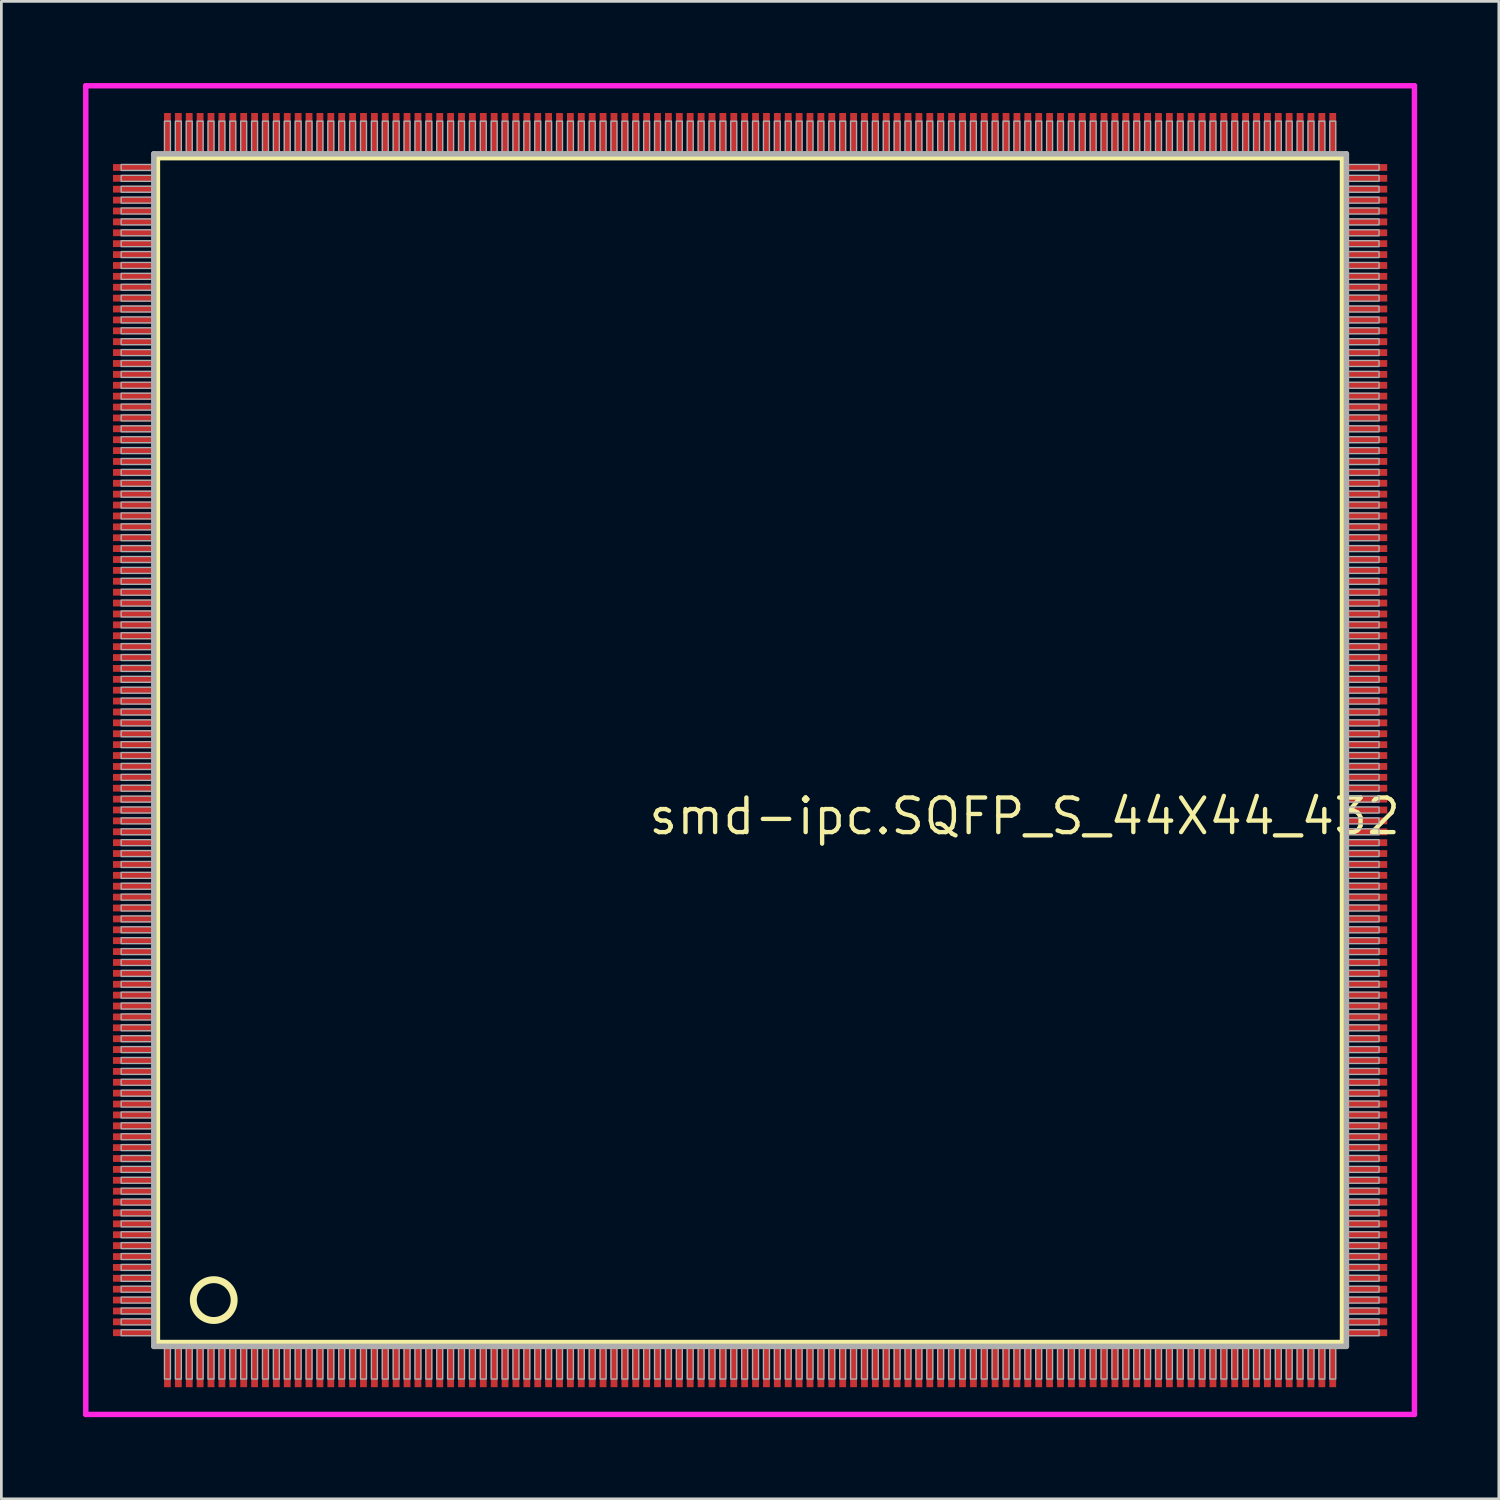
<source format=kicad_pcb>
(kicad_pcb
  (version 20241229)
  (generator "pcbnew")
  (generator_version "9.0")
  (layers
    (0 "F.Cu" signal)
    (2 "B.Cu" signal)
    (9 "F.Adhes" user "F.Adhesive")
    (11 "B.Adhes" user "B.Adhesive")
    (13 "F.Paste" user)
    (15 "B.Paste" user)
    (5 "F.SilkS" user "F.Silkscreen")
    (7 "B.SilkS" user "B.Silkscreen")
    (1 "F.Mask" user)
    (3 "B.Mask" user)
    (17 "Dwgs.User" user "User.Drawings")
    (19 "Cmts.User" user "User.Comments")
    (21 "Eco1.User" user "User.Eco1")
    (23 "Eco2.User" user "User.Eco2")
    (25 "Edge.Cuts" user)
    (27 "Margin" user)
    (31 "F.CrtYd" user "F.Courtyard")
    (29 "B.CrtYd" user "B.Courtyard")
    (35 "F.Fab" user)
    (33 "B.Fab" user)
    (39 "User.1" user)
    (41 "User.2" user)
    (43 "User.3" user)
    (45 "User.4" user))
  (footprint "smd-ipc.SQFP_S_44X44_432"
    (layer "F.Cu")
    (at 24.5 24.5)
    (property "Reference" "smd-ipc.SQFP_S_44X44_432" (at -3.81 3.175 0) (layer "F.SilkS") (effects (font (size 1.27 1.27) (thickness 0.16)) (justify left bottom)))
    (attr smd)
    (fp_line (start -21.77 -21.76) (end 21.76 -21.76) (stroke (width 0.203) (type default)) (layer "F.SilkS"))
    (fp_line (start -21.77 21.76) (end -21.77 -21.76) (stroke (width 0.203) (type default)) (layer "F.SilkS"))
    (fp_line (start 21.76 21.76) (end -21.77 21.76) (stroke (width 0.203) (type default)) (layer "F.SilkS"))
    (fp_line (start 21.76 -21.76) (end 21.76 21.76) (stroke (width 0.203) (type default)) (layer "F.SilkS"))
    (fp_circle (center -19.7 20.2) (end -18.95 20.2) (stroke (width 0.254) (type default)) (fill no) (layer "F.SilkS"))
    (fp_line (start -24.4 -24.4) (end 24.4 -24.4) (stroke (width 0.2) (type default)) (layer "F.CrtYd"))
    (fp_line (start -24.4 24.4) (end -24.4 -24.4) (stroke (width 0.2) (type default)) (layer "F.CrtYd"))
    (fp_line (start 24.4 -24.4) (end 24.4 24.4) (stroke (width 0.2) (type default)) (layer "F.CrtYd"))
    (fp_line (start 24.4 24.4) (end -24.4 24.4) (stroke (width 0.2) (type default)) (layer "F.CrtYd"))
    (fp_line (start -21.9 21.9) (end 21.9 21.9) (stroke (width 0.203) (type default)) (layer "F.Fab"))
    (fp_line (start -21.9 -21.9) (end -21.9 21.9) (stroke (width 0.203) (type default)) (layer "F.Fab"))
    (fp_line (start 21.9 21.9) (end 21.9 -21.9) (stroke (width 0.203) (type default)) (layer "F.Fab"))
    (fp_line (start 21.9 -21.9) (end -21.9 -21.9) (stroke (width 0.203) (type default)) (layer "F.Fab"))
    (fp_rect (start -23.1 -21.29) (end -21.95 -21.51) (stroke (width 0.05) (type default)) (fill no) (layer "F.Fab"))
    (fp_rect (start -23.1 -20.89) (end -21.95 -21.11) (stroke (width 0.05) (type default)) (fill no) (layer "F.Fab"))
    (fp_rect (start -23.1 -20.49) (end -21.95 -20.71) (stroke (width 0.05) (type default)) (fill no) (layer "F.Fab"))
    (fp_rect (start -23.1 -20.09) (end -21.95 -20.31) (stroke (width 0.05) (type default)) (fill no) (layer "F.Fab"))
    (fp_rect (start -23.1 -19.69) (end -21.95 -19.91) (stroke (width 0.05) (type default)) (fill no) (layer "F.Fab"))
    (fp_rect (start -23.1 -19.29) (end -21.95 -19.51) (stroke (width 0.05) (type default)) (fill no) (layer "F.Fab"))
    (fp_rect (start -23.1 -18.89) (end -21.95 -19.11) (stroke (width 0.05) (type default)) (fill no) (layer "F.Fab"))
    (fp_rect (start -23.1 -18.49) (end -21.95 -18.71) (stroke (width 0.05) (type default)) (fill no) (layer "F.Fab"))
    (fp_rect (start -23.1 -18.09) (end -21.95 -18.31) (stroke (width 0.05) (type default)) (fill no) (layer "F.Fab"))
    (fp_rect (start -23.1 -17.69) (end -21.95 -17.91) (stroke (width 0.05) (type default)) (fill no) (layer "F.Fab"))
    (fp_rect (start -23.1 -17.29) (end -21.95 -17.51) (stroke (width 0.05) (type default)) (fill no) (layer "F.Fab"))
    (fp_rect (start -23.1 -16.89) (end -21.95 -17.11) (stroke (width 0.05) (type default)) (fill no) (layer "F.Fab"))
    (fp_rect (start -23.1 -16.49) (end -21.95 -16.71) (stroke (width 0.05) (type default)) (fill no) (layer "F.Fab"))
    (fp_rect (start -23.1 -16.09) (end -21.95 -16.31) (stroke (width 0.05) (type default)) (fill no) (layer "F.Fab"))
    (fp_rect (start -23.1 -15.69) (end -21.95 -15.91) (stroke (width 0.05) (type default)) (fill no) (layer "F.Fab"))
    (fp_rect (start -23.1 -15.29) (end -21.95 -15.51) (stroke (width 0.05) (type default)) (fill no) (layer "F.Fab"))
    (fp_rect (start -23.1 -14.89) (end -21.95 -15.11) (stroke (width 0.05) (type default)) (fill no) (layer "F.Fab"))
    (fp_rect (start -23.1 -14.49) (end -21.95 -14.71) (stroke (width 0.05) (type default)) (fill no) (layer "F.Fab"))
    (fp_rect (start -23.1 -14.09) (end -21.95 -14.31) (stroke (width 0.05) (type default)) (fill no) (layer "F.Fab"))
    (fp_rect (start -23.1 -13.69) (end -21.95 -13.91) (stroke (width 0.05) (type default)) (fill no) (layer "F.Fab"))
    (fp_rect (start -23.1 -13.29) (end -21.95 -13.51) (stroke (width 0.05) (type default)) (fill no) (layer "F.Fab"))
    (fp_rect (start -23.1 -12.89) (end -21.95 -13.11) (stroke (width 0.05) (type default)) (fill no) (layer "F.Fab"))
    (fp_rect (start -23.1 -12.49) (end -21.95 -12.71) (stroke (width 0.05) (type default)) (fill no) (layer "F.Fab"))
    (fp_rect (start -23.1 -12.09) (end -21.95 -12.31) (stroke (width 0.05) (type default)) (fill no) (layer "F.Fab"))
    (fp_rect (start -23.1 -11.69) (end -21.95 -11.91) (stroke (width 0.05) (type default)) (fill no) (layer "F.Fab"))
    (fp_rect (start -23.1 -11.29) (end -21.95 -11.51) (stroke (width 0.05) (type default)) (fill no) (layer "F.Fab"))
    (fp_rect (start -23.1 -10.89) (end -21.95 -11.11) (stroke (width 0.05) (type default)) (fill no) (layer "F.Fab"))
    (fp_rect (start -23.1 -10.49) (end -21.95 -10.71) (stroke (width 0.05) (type default)) (fill no) (layer "F.Fab"))
    (fp_rect (start -23.1 -10.09) (end -21.95 -10.31) (stroke (width 0.05) (type default)) (fill no) (layer "F.Fab"))
    (fp_rect (start -23.1 -9.69) (end -21.95 -9.91) (stroke (width 0.05) (type default)) (fill no) (layer "F.Fab"))
    (fp_rect (start -23.1 -9.29) (end -21.95 -9.51) (stroke (width 0.05) (type default)) (fill no) (layer "F.Fab"))
    (fp_rect (start -23.1 -8.89) (end -21.95 -9.11) (stroke (width 0.05) (type default)) (fill no) (layer "F.Fab"))
    (fp_rect (start -23.1 -8.49) (end -21.95 -8.71) (stroke (width 0.05) (type default)) (fill no) (layer "F.Fab"))
    (fp_rect (start -23.1 -8.09) (end -21.95 -8.31) (stroke (width 0.05) (type default)) (fill no) (layer "F.Fab"))
    (fp_rect (start -23.1 -7.69) (end -21.95 -7.91) (stroke (width 0.05) (type default)) (fill no) (layer "F.Fab"))
    (fp_rect (start -23.1 -7.29) (end -21.95 -7.51) (stroke (width 0.05) (type default)) (fill no) (layer "F.Fab"))
    (fp_rect (start -23.1 -6.89) (end -21.95 -7.11) (stroke (width 0.05) (type default)) (fill no) (layer "F.Fab"))
    (fp_rect (start -23.1 -6.49) (end -21.95 -6.71) (stroke (width 0.05) (type default)) (fill no) (layer "F.Fab"))
    (fp_rect (start -23.1 -6.09) (end -21.95 -6.31) (stroke (width 0.05) (type default)) (fill no) (layer "F.Fab"))
    (fp_rect (start -23.1 -5.69) (end -21.95 -5.91) (stroke (width 0.05) (type default)) (fill no) (layer "F.Fab"))
    (fp_rect (start -23.1 -5.29) (end -21.95 -5.51) (stroke (width 0.05) (type default)) (fill no) (layer "F.Fab"))
    (fp_rect (start -23.1 -4.89) (end -21.95 -5.11) (stroke (width 0.05) (type default)) (fill no) (layer "F.Fab"))
    (fp_rect (start -23.1 -4.49) (end -21.95 -4.71) (stroke (width 0.05) (type default)) (fill no) (layer "F.Fab"))
    (fp_rect (start -23.1 -4.09) (end -21.95 -4.31) (stroke (width 0.05) (type default)) (fill no) (layer "F.Fab"))
    (fp_rect (start -23.1 -3.69) (end -21.95 -3.91) (stroke (width 0.05) (type default)) (fill no) (layer "F.Fab"))
    (fp_rect (start -23.1 -3.29) (end -21.95 -3.51) (stroke (width 0.05) (type default)) (fill no) (layer "F.Fab"))
    (fp_rect (start -23.1 -2.89) (end -21.95 -3.11) (stroke (width 0.05) (type default)) (fill no) (layer "F.Fab"))
    (fp_rect (start -23.1 -2.49) (end -21.95 -2.71) (stroke (width 0.05) (type default)) (fill no) (layer "F.Fab"))
    (fp_rect (start -23.1 -2.09) (end -21.95 -2.31) (stroke (width 0.05) (type default)) (fill no) (layer "F.Fab"))
    (fp_rect (start -23.1 -1.69) (end -21.95 -1.91) (stroke (width 0.05) (type default)) (fill no) (layer "F.Fab"))
    (fp_rect (start -23.1 -1.29) (end -21.95 -1.51) (stroke (width 0.05) (type default)) (fill no) (layer "F.Fab"))
    (fp_rect (start -23.1 -0.89) (end -21.95 -1.11) (stroke (width 0.05) (type default)) (fill no) (layer "F.Fab"))
    (fp_rect (start -23.1 -0.49) (end -21.95 -0.71) (stroke (width 0.05) (type default)) (fill no) (layer "F.Fab"))
    (fp_rect (start -23.1 -0.09) (end -21.95 -0.31) (stroke (width 0.05) (type default)) (fill no) (layer "F.Fab"))
    (fp_rect (start -23.1 0.31) (end -21.95 0.09) (stroke (width 0.05) (type default)) (fill no) (layer "F.Fab"))
    (fp_rect (start -23.1 0.71) (end -21.95 0.49) (stroke (width 0.05) (type default)) (fill no) (layer "F.Fab"))
    (fp_rect (start -23.1 1.11) (end -21.95 0.89) (stroke (width 0.05) (type default)) (fill no) (layer "F.Fab"))
    (fp_rect (start -23.1 1.51) (end -21.95 1.29) (stroke (width 0.05) (type default)) (fill no) (layer "F.Fab"))
    (fp_rect (start -23.1 1.91) (end -21.95 1.69) (stroke (width 0.05) (type default)) (fill no) (layer "F.Fab"))
    (fp_rect (start -23.1 2.31) (end -21.95 2.09) (stroke (width 0.05) (type default)) (fill no) (layer "F.Fab"))
    (fp_rect (start -23.1 2.71) (end -21.95 2.49) (stroke (width 0.05) (type default)) (fill no) (layer "F.Fab"))
    (fp_rect (start -23.1 3.11) (end -21.95 2.89) (stroke (width 0.05) (type default)) (fill no) (layer "F.Fab"))
    (fp_rect (start -23.1 3.51) (end -21.95 3.29) (stroke (width 0.05) (type default)) (fill no) (layer "F.Fab"))
    (fp_rect (start -23.1 3.91) (end -21.95 3.69) (stroke (width 0.05) (type default)) (fill no) (layer "F.Fab"))
    (fp_rect (start -23.1 4.31) (end -21.95 4.09) (stroke (width 0.05) (type default)) (fill no) (layer "F.Fab"))
    (fp_rect (start -23.1 4.71) (end -21.95 4.49) (stroke (width 0.05) (type default)) (fill no) (layer "F.Fab"))
    (fp_rect (start -23.1 5.11) (end -21.95 4.89) (stroke (width 0.05) (type default)) (fill no) (layer "F.Fab"))
    (fp_rect (start -23.1 5.51) (end -21.95 5.29) (stroke (width 0.05) (type default)) (fill no) (layer "F.Fab"))
    (fp_rect (start -23.1 5.91) (end -21.95 5.69) (stroke (width 0.05) (type default)) (fill no) (layer "F.Fab"))
    (fp_rect (start -23.1 6.31) (end -21.95 6.09) (stroke (width 0.05) (type default)) (fill no) (layer "F.Fab"))
    (fp_rect (start -23.1 6.71) (end -21.95 6.49) (stroke (width 0.05) (type default)) (fill no) (layer "F.Fab"))
    (fp_rect (start -23.1 7.11) (end -21.95 6.89) (stroke (width 0.05) (type default)) (fill no) (layer "F.Fab"))
    (fp_rect (start -23.1 7.51) (end -21.95 7.29) (stroke (width 0.05) (type default)) (fill no) (layer "F.Fab"))
    (fp_rect (start -23.1 7.91) (end -21.95 7.69) (stroke (width 0.05) (type default)) (fill no) (layer "F.Fab"))
    (fp_rect (start -23.1 8.31) (end -21.95 8.09) (stroke (width 0.05) (type default)) (fill no) (layer "F.Fab"))
    (fp_rect (start -23.1 8.71) (end -21.95 8.49) (stroke (width 0.05) (type default)) (fill no) (layer "F.Fab"))
    (fp_rect (start -23.1 9.11) (end -21.95 8.89) (stroke (width 0.05) (type default)) (fill no) (layer "F.Fab"))
    (fp_rect (start -23.1 9.51) (end -21.95 9.29) (stroke (width 0.05) (type default)) (fill no) (layer "F.Fab"))
    (fp_rect (start -23.1 9.91) (end -21.95 9.69) (stroke (width 0.05) (type default)) (fill no) (layer "F.Fab"))
    (fp_rect (start -23.1 10.31) (end -21.95 10.09) (stroke (width 0.05) (type default)) (fill no) (layer "F.Fab"))
    (fp_rect (start -23.1 10.71) (end -21.95 10.49) (stroke (width 0.05) (type default)) (fill no) (layer "F.Fab"))
    (fp_rect (start -23.1 11.11) (end -21.95 10.89) (stroke (width 0.05) (type default)) (fill no) (layer "F.Fab"))
    (fp_rect (start -23.1 11.51) (end -21.95 11.29) (stroke (width 0.05) (type default)) (fill no) (layer "F.Fab"))
    (fp_rect (start -23.1 11.91) (end -21.95 11.69) (stroke (width 0.05) (type default)) (fill no) (layer "F.Fab"))
    (fp_rect (start -23.1 12.31) (end -21.95 12.09) (stroke (width 0.05) (type default)) (fill no) (layer "F.Fab"))
    (fp_rect (start -23.1 12.71) (end -21.95 12.49) (stroke (width 0.05) (type default)) (fill no) (layer "F.Fab"))
    (fp_rect (start -23.1 13.11) (end -21.95 12.89) (stroke (width 0.05) (type default)) (fill no) (layer "F.Fab"))
    (fp_rect (start -23.1 13.51) (end -21.95 13.29) (stroke (width 0.05) (type default)) (fill no) (layer "F.Fab"))
    (fp_rect (start -23.1 13.91) (end -21.95 13.69) (stroke (width 0.05) (type default)) (fill no) (layer "F.Fab"))
    (fp_rect (start -23.1 14.31) (end -21.95 14.09) (stroke (width 0.05) (type default)) (fill no) (layer "F.Fab"))
    (fp_rect (start -23.1 14.71) (end -21.95 14.49) (stroke (width 0.05) (type default)) (fill no) (layer "F.Fab"))
    (fp_rect (start -23.1 15.11) (end -21.95 14.89) (stroke (width 0.05) (type default)) (fill no) (layer "F.Fab"))
    (fp_rect (start -23.1 15.51) (end -21.95 15.29) (stroke (width 0.05) (type default)) (fill no) (layer "F.Fab"))
    (fp_rect (start -23.1 15.91) (end -21.95 15.69) (stroke (width 0.05) (type default)) (fill no) (layer "F.Fab"))
    (fp_rect (start -23.1 16.31) (end -21.95 16.09) (stroke (width 0.05) (type default)) (fill no) (layer "F.Fab"))
    (fp_rect (start -23.1 16.71) (end -21.95 16.49) (stroke (width 0.05) (type default)) (fill no) (layer "F.Fab"))
    (fp_rect (start -23.1 17.11) (end -21.95 16.89) (stroke (width 0.05) (type default)) (fill no) (layer "F.Fab"))
    (fp_rect (start -23.1 17.51) (end -21.95 17.29) (stroke (width 0.05) (type default)) (fill no) (layer "F.Fab"))
    (fp_rect (start -23.1 17.91) (end -21.95 17.69) (stroke (width 0.05) (type default)) (fill no) (layer "F.Fab"))
    (fp_rect (start -23.1 18.31) (end -21.95 18.09) (stroke (width 0.05) (type default)) (fill no) (layer "F.Fab"))
    (fp_rect (start -23.1 18.71) (end -21.95 18.49) (stroke (width 0.05) (type default)) (fill no) (layer "F.Fab"))
    (fp_rect (start -23.1 19.11) (end -21.95 18.89) (stroke (width 0.05) (type default)) (fill no) (layer "F.Fab"))
    (fp_rect (start -23.1 19.51) (end -21.95 19.29) (stroke (width 0.05) (type default)) (fill no) (layer "F.Fab"))
    (fp_rect (start -23.1 19.91) (end -21.95 19.69) (stroke (width 0.05) (type default)) (fill no) (layer "F.Fab"))
    (fp_rect (start -23.1 20.31) (end -21.95 20.09) (stroke (width 0.05) (type default)) (fill no) (layer "F.Fab"))
    (fp_rect (start -23.1 20.71) (end -21.95 20.49) (stroke (width 0.05) (type default)) (fill no) (layer "F.Fab"))
    (fp_rect (start -23.1 21.11) (end -21.95 20.89) (stroke (width 0.05) (type default)) (fill no) (layer "F.Fab"))
    (fp_rect (start -23.1 21.51) (end -21.95 21.29) (stroke (width 0.05) (type default)) (fill no) (layer "F.Fab"))
    (fp_rect (start -21.51 -21.95) (end -21.29 -23.1) (stroke (width 0.05) (type default)) (fill no) (layer "F.Fab"))
    (fp_rect (start -21.51 23.1) (end -21.29 21.95) (stroke (width 0.05) (type default)) (fill no) (layer "F.Fab"))
    (fp_rect (start -21.11 -21.95) (end -20.89 -23.1) (stroke (width 0.05) (type default)) (fill no) (layer "F.Fab"))
    (fp_rect (start -21.11 23.1) (end -20.89 21.95) (stroke (width 0.05) (type default)) (fill no) (layer "F.Fab"))
    (fp_rect (start -20.71 -21.95) (end -20.49 -23.1) (stroke (width 0.05) (type default)) (fill no) (layer "F.Fab"))
    (fp_rect (start -20.71 23.1) (end -20.49 21.95) (stroke (width 0.05) (type default)) (fill no) (layer "F.Fab"))
    (fp_rect (start -20.31 -21.95) (end -20.09 -23.1) (stroke (width 0.05) (type default)) (fill no) (layer "F.Fab"))
    (fp_rect (start -20.31 23.1) (end -20.09 21.95) (stroke (width 0.05) (type default)) (fill no) (layer "F.Fab"))
    (fp_rect (start -19.91 -21.95) (end -19.69 -23.1) (stroke (width 0.05) (type default)) (fill no) (layer "F.Fab"))
    (fp_rect (start -19.91 23.1) (end -19.69 21.95) (stroke (width 0.05) (type default)) (fill no) (layer "F.Fab"))
    (fp_rect (start -19.51 -21.95) (end -19.29 -23.1) (stroke (width 0.05) (type default)) (fill no) (layer "F.Fab"))
    (fp_rect (start -19.51 23.1) (end -19.29 21.95) (stroke (width 0.05) (type default)) (fill no) (layer "F.Fab"))
    (fp_rect (start -19.11 -21.95) (end -18.89 -23.1) (stroke (width 0.05) (type default)) (fill no) (layer "F.Fab"))
    (fp_rect (start -19.11 23.1) (end -18.89 21.95) (stroke (width 0.05) (type default)) (fill no) (layer "F.Fab"))
    (fp_rect (start -18.71 -21.95) (end -18.49 -23.1) (stroke (width 0.05) (type default)) (fill no) (layer "F.Fab"))
    (fp_rect (start -18.71 23.1) (end -18.49 21.95) (stroke (width 0.05) (type default)) (fill no) (layer "F.Fab"))
    (fp_rect (start -18.31 -21.95) (end -18.09 -23.1) (stroke (width 0.05) (type default)) (fill no) (layer "F.Fab"))
    (fp_rect (start -18.31 23.1) (end -18.09 21.95) (stroke (width 0.05) (type default)) (fill no) (layer "F.Fab"))
    (fp_rect (start -17.91 -21.95) (end -17.69 -23.1) (stroke (width 0.05) (type default)) (fill no) (layer "F.Fab"))
    (fp_rect (start -17.91 23.1) (end -17.69 21.95) (stroke (width 0.05) (type default)) (fill no) (layer "F.Fab"))
    (fp_rect (start -17.51 -21.95) (end -17.29 -23.1) (stroke (width 0.05) (type default)) (fill no) (layer "F.Fab"))
    (fp_rect (start -17.51 23.1) (end -17.29 21.95) (stroke (width 0.05) (type default)) (fill no) (layer "F.Fab"))
    (fp_rect (start -17.11 -21.95) (end -16.89 -23.1) (stroke (width 0.05) (type default)) (fill no) (layer "F.Fab"))
    (fp_rect (start -17.11 23.1) (end -16.89 21.95) (stroke (width 0.05) (type default)) (fill no) (layer "F.Fab"))
    (fp_rect (start -16.71 -21.95) (end -16.49 -23.1) (stroke (width 0.05) (type default)) (fill no) (layer "F.Fab"))
    (fp_rect (start -16.71 23.1) (end -16.49 21.95) (stroke (width 0.05) (type default)) (fill no) (layer "F.Fab"))
    (fp_rect (start -16.31 -21.95) (end -16.09 -23.1) (stroke (width 0.05) (type default)) (fill no) (layer "F.Fab"))
    (fp_rect (start -16.31 23.1) (end -16.09 21.95) (stroke (width 0.05) (type default)) (fill no) (layer "F.Fab"))
    (fp_rect (start -15.91 -21.95) (end -15.69 -23.1) (stroke (width 0.05) (type default)) (fill no) (layer "F.Fab"))
    (fp_rect (start -15.91 23.1) (end -15.69 21.95) (stroke (width 0.05) (type default)) (fill no) (layer "F.Fab"))
    (fp_rect (start -15.51 -21.95) (end -15.29 -23.1) (stroke (width 0.05) (type default)) (fill no) (layer "F.Fab"))
    (fp_rect (start -15.51 23.1) (end -15.29 21.95) (stroke (width 0.05) (type default)) (fill no) (layer "F.Fab"))
    (fp_rect (start -15.11 -21.95) (end -14.89 -23.1) (stroke (width 0.05) (type default)) (fill no) (layer "F.Fab"))
    (fp_rect (start -15.11 23.1) (end -14.89 21.95) (stroke (width 0.05) (type default)) (fill no) (layer "F.Fab"))
    (fp_rect (start -14.71 -21.95) (end -14.49 -23.1) (stroke (width 0.05) (type default)) (fill no) (layer "F.Fab"))
    (fp_rect (start -14.71 23.1) (end -14.49 21.95) (stroke (width 0.05) (type default)) (fill no) (layer "F.Fab"))
    (fp_rect (start -14.31 -21.95) (end -14.09 -23.1) (stroke (width 0.05) (type default)) (fill no) (layer "F.Fab"))
    (fp_rect (start -14.31 23.1) (end -14.09 21.95) (stroke (width 0.05) (type default)) (fill no) (layer "F.Fab"))
    (fp_rect (start -13.91 -21.95) (end -13.69 -23.1) (stroke (width 0.05) (type default)) (fill no) (layer "F.Fab"))
    (fp_rect (start -13.91 23.1) (end -13.69 21.95) (stroke (width 0.05) (type default)) (fill no) (layer "F.Fab"))
    (fp_rect (start -13.51 -21.95) (end -13.29 -23.1) (stroke (width 0.05) (type default)) (fill no) (layer "F.Fab"))
    (fp_rect (start -13.51 23.1) (end -13.29 21.95) (stroke (width 0.05) (type default)) (fill no) (layer "F.Fab"))
    (fp_rect (start -13.11 -21.95) (end -12.89 -23.1) (stroke (width 0.05) (type default)) (fill no) (layer "F.Fab"))
    (fp_rect (start -13.11 23.1) (end -12.89 21.95) (stroke (width 0.05) (type default)) (fill no) (layer "F.Fab"))
    (fp_rect (start -12.71 -21.95) (end -12.49 -23.1) (stroke (width 0.05) (type default)) (fill no) (layer "F.Fab"))
    (fp_rect (start -12.71 23.1) (end -12.49 21.95) (stroke (width 0.05) (type default)) (fill no) (layer "F.Fab"))
    (fp_rect (start -12.31 -21.95) (end -12.09 -23.1) (stroke (width 0.05) (type default)) (fill no) (layer "F.Fab"))
    (fp_rect (start -12.31 23.1) (end -12.09 21.95) (stroke (width 0.05) (type default)) (fill no) (layer "F.Fab"))
    (fp_rect (start -11.91 -21.95) (end -11.69 -23.1) (stroke (width 0.05) (type default)) (fill no) (layer "F.Fab"))
    (fp_rect (start -11.91 23.1) (end -11.69 21.95) (stroke (width 0.05) (type default)) (fill no) (layer "F.Fab"))
    (fp_rect (start -11.51 -21.95) (end -11.29 -23.1) (stroke (width 0.05) (type default)) (fill no) (layer "F.Fab"))
    (fp_rect (start -11.51 23.1) (end -11.29 21.95) (stroke (width 0.05) (type default)) (fill no) (layer "F.Fab"))
    (fp_rect (start -11.11 -21.95) (end -10.89 -23.1) (stroke (width 0.05) (type default)) (fill no) (layer "F.Fab"))
    (fp_rect (start -11.11 23.1) (end -10.89 21.95) (stroke (width 0.05) (type default)) (fill no) (layer "F.Fab"))
    (fp_rect (start -10.71 -21.95) (end -10.49 -23.1) (stroke (width 0.05) (type default)) (fill no) (layer "F.Fab"))
    (fp_rect (start -10.71 23.1) (end -10.49 21.95) (stroke (width 0.05) (type default)) (fill no) (layer "F.Fab"))
    (fp_rect (start -10.31 -21.95) (end -10.09 -23.1) (stroke (width 0.05) (type default)) (fill no) (layer "F.Fab"))
    (fp_rect (start -10.31 23.1) (end -10.09 21.95) (stroke (width 0.05) (type default)) (fill no) (layer "F.Fab"))
    (fp_rect (start -9.91 -21.95) (end -9.69 -23.1) (stroke (width 0.05) (type default)) (fill no) (layer "F.Fab"))
    (fp_rect (start -9.91 23.1) (end -9.69 21.95) (stroke (width 0.05) (type default)) (fill no) (layer "F.Fab"))
    (fp_rect (start -9.51 -21.95) (end -9.29 -23.1) (stroke (width 0.05) (type default)) (fill no) (layer "F.Fab"))
    (fp_rect (start -9.51 23.1) (end -9.29 21.95) (stroke (width 0.05) (type default)) (fill no) (layer "F.Fab"))
    (fp_rect (start -9.11 -21.95) (end -8.89 -23.1) (stroke (width 0.05) (type default)) (fill no) (layer "F.Fab"))
    (fp_rect (start -9.11 23.1) (end -8.89 21.95) (stroke (width 0.05) (type default)) (fill no) (layer "F.Fab"))
    (fp_rect (start -8.71 -21.95) (end -8.49 -23.1) (stroke (width 0.05) (type default)) (fill no) (layer "F.Fab"))
    (fp_rect (start -8.71 23.1) (end -8.49 21.95) (stroke (width 0.05) (type default)) (fill no) (layer "F.Fab"))
    (fp_rect (start -8.31 -21.95) (end -8.09 -23.1) (stroke (width 0.05) (type default)) (fill no) (layer "F.Fab"))
    (fp_rect (start -8.31 23.1) (end -8.09 21.95) (stroke (width 0.05) (type default)) (fill no) (layer "F.Fab"))
    (fp_rect (start -7.91 -21.95) (end -7.69 -23.1) (stroke (width 0.05) (type default)) (fill no) (layer "F.Fab"))
    (fp_rect (start -7.91 23.1) (end -7.69 21.95) (stroke (width 0.05) (type default)) (fill no) (layer "F.Fab"))
    (fp_rect (start -7.51 -21.95) (end -7.29 -23.1) (stroke (width 0.05) (type default)) (fill no) (layer "F.Fab"))
    (fp_rect (start -7.51 23.1) (end -7.29 21.95) (stroke (width 0.05) (type default)) (fill no) (layer "F.Fab"))
    (fp_rect (start -7.11 -21.95) (end -6.89 -23.1) (stroke (width 0.05) (type default)) (fill no) (layer "F.Fab"))
    (fp_rect (start -7.11 23.1) (end -6.89 21.95) (stroke (width 0.05) (type default)) (fill no) (layer "F.Fab"))
    (fp_rect (start -6.71 -21.95) (end -6.49 -23.1) (stroke (width 0.05) (type default)) (fill no) (layer "F.Fab"))
    (fp_rect (start -6.71 23.1) (end -6.49 21.95) (stroke (width 0.05) (type default)) (fill no) (layer "F.Fab"))
    (fp_rect (start -6.31 -21.95) (end -6.09 -23.1) (stroke (width 0.05) (type default)) (fill no) (layer "F.Fab"))
    (fp_rect (start -6.31 23.1) (end -6.09 21.95) (stroke (width 0.05) (type default)) (fill no) (layer "F.Fab"))
    (fp_rect (start -5.91 -21.95) (end -5.69 -23.1) (stroke (width 0.05) (type default)) (fill no) (layer "F.Fab"))
    (fp_rect (start -5.91 23.1) (end -5.69 21.95) (stroke (width 0.05) (type default)) (fill no) (layer "F.Fab"))
    (fp_rect (start -5.51 -21.95) (end -5.29 -23.1) (stroke (width 0.05) (type default)) (fill no) (layer "F.Fab"))
    (fp_rect (start -5.51 23.1) (end -5.29 21.95) (stroke (width 0.05) (type default)) (fill no) (layer "F.Fab"))
    (fp_rect (start -5.11 -21.95) (end -4.89 -23.1) (stroke (width 0.05) (type default)) (fill no) (layer "F.Fab"))
    (fp_rect (start -5.11 23.1) (end -4.89 21.95) (stroke (width 0.05) (type default)) (fill no) (layer "F.Fab"))
    (fp_rect (start -4.71 -21.95) (end -4.49 -23.1) (stroke (width 0.05) (type default)) (fill no) (layer "F.Fab"))
    (fp_rect (start -4.71 23.1) (end -4.49 21.95) (stroke (width 0.05) (type default)) (fill no) (layer "F.Fab"))
    (fp_rect (start -4.31 -21.95) (end -4.09 -23.1) (stroke (width 0.05) (type default)) (fill no) (layer "F.Fab"))
    (fp_rect (start -4.31 23.1) (end -4.09 21.95) (stroke (width 0.05) (type default)) (fill no) (layer "F.Fab"))
    (fp_rect (start -3.91 -21.95) (end -3.69 -23.1) (stroke (width 0.05) (type default)) (fill no) (layer "F.Fab"))
    (fp_rect (start -3.91 23.1) (end -3.69 21.95) (stroke (width 0.05) (type default)) (fill no) (layer "F.Fab"))
    (fp_rect (start -3.51 -21.95) (end -3.29 -23.1) (stroke (width 0.05) (type default)) (fill no) (layer "F.Fab"))
    (fp_rect (start -3.51 23.1) (end -3.29 21.95) (stroke (width 0.05) (type default)) (fill no) (layer "F.Fab"))
    (fp_rect (start -3.11 -21.95) (end -2.89 -23.1) (stroke (width 0.05) (type default)) (fill no) (layer "F.Fab"))
    (fp_rect (start -3.11 23.1) (end -2.89 21.95) (stroke (width 0.05) (type default)) (fill no) (layer "F.Fab"))
    (fp_rect (start -2.71 -21.95) (end -2.49 -23.1) (stroke (width 0.05) (type default)) (fill no) (layer "F.Fab"))
    (fp_rect (start -2.71 23.1) (end -2.49 21.95) (stroke (width 0.05) (type default)) (fill no) (layer "F.Fab"))
    (fp_rect (start -2.31 -21.95) (end -2.09 -23.1) (stroke (width 0.05) (type default)) (fill no) (layer "F.Fab"))
    (fp_rect (start -2.31 23.1) (end -2.09 21.95) (stroke (width 0.05) (type default)) (fill no) (layer "F.Fab"))
    (fp_rect (start -1.91 -21.95) (end -1.69 -23.1) (stroke (width 0.05) (type default)) (fill no) (layer "F.Fab"))
    (fp_rect (start -1.91 23.1) (end -1.69 21.95) (stroke (width 0.05) (type default)) (fill no) (layer "F.Fab"))
    (fp_rect (start -1.51 -21.95) (end -1.29 -23.1) (stroke (width 0.05) (type default)) (fill no) (layer "F.Fab"))
    (fp_rect (start -1.51 23.1) (end -1.29 21.95) (stroke (width 0.05) (type default)) (fill no) (layer "F.Fab"))
    (fp_rect (start -1.11 -21.95) (end -0.89 -23.1) (stroke (width 0.05) (type default)) (fill no) (layer "F.Fab"))
    (fp_rect (start -1.11 23.1) (end -0.89 21.95) (stroke (width 0.05) (type default)) (fill no) (layer "F.Fab"))
    (fp_rect (start -0.71 -21.95) (end -0.49 -23.1) (stroke (width 0.05) (type default)) (fill no) (layer "F.Fab"))
    (fp_rect (start -0.71 23.1) (end -0.49 21.95) (stroke (width 0.05) (type default)) (fill no) (layer "F.Fab"))
    (fp_rect (start -0.31 -21.95) (end -0.09 -23.1) (stroke (width 0.05) (type default)) (fill no) (layer "F.Fab"))
    (fp_rect (start -0.31 23.1) (end -0.09 21.95) (stroke (width 0.05) (type default)) (fill no) (layer "F.Fab"))
    (fp_rect (start 0.09 -21.95) (end 0.31 -23.1) (stroke (width 0.05) (type default)) (fill no) (layer "F.Fab"))
    (fp_rect (start 0.09 23.1) (end 0.31 21.95) (stroke (width 0.05) (type default)) (fill no) (layer "F.Fab"))
    (fp_rect (start 0.49 -21.95) (end 0.71 -23.1) (stroke (width 0.05) (type default)) (fill no) (layer "F.Fab"))
    (fp_rect (start 0.49 23.1) (end 0.71 21.95) (stroke (width 0.05) (type default)) (fill no) (layer "F.Fab"))
    (fp_rect (start 0.89 -21.95) (end 1.11 -23.1) (stroke (width 0.05) (type default)) (fill no) (layer "F.Fab"))
    (fp_rect (start 0.89 23.1) (end 1.11 21.95) (stroke (width 0.05) (type default)) (fill no) (layer "F.Fab"))
    (fp_rect (start 1.29 -21.95) (end 1.51 -23.1) (stroke (width 0.05) (type default)) (fill no) (layer "F.Fab"))
    (fp_rect (start 1.29 23.1) (end 1.51 21.95) (stroke (width 0.05) (type default)) (fill no) (layer "F.Fab"))
    (fp_rect (start 1.69 -21.95) (end 1.91 -23.1) (stroke (width 0.05) (type default)) (fill no) (layer "F.Fab"))
    (fp_rect (start 1.69 23.1) (end 1.91 21.95) (stroke (width 0.05) (type default)) (fill no) (layer "F.Fab"))
    (fp_rect (start 2.09 -21.95) (end 2.31 -23.1) (stroke (width 0.05) (type default)) (fill no) (layer "F.Fab"))
    (fp_rect (start 2.09 23.1) (end 2.31 21.95) (stroke (width 0.05) (type default)) (fill no) (layer "F.Fab"))
    (fp_rect (start 2.49 -21.95) (end 2.71 -23.1) (stroke (width 0.05) (type default)) (fill no) (layer "F.Fab"))
    (fp_rect (start 2.49 23.1) (end 2.71 21.95) (stroke (width 0.05) (type default)) (fill no) (layer "F.Fab"))
    (fp_rect (start 2.89 -21.95) (end 3.11 -23.1) (stroke (width 0.05) (type default)) (fill no) (layer "F.Fab"))
    (fp_rect (start 2.89 23.1) (end 3.11 21.95) (stroke (width 0.05) (type default)) (fill no) (layer "F.Fab"))
    (fp_rect (start 3.29 -21.95) (end 3.51 -23.1) (stroke (width 0.05) (type default)) (fill no) (layer "F.Fab"))
    (fp_rect (start 3.29 23.1) (end 3.51 21.95) (stroke (width 0.05) (type default)) (fill no) (layer "F.Fab"))
    (fp_rect (start 3.69 -21.95) (end 3.91 -23.1) (stroke (width 0.05) (type default)) (fill no) (layer "F.Fab"))
    (fp_rect (start 3.69 23.1) (end 3.91 21.95) (stroke (width 0.05) (type default)) (fill no) (layer "F.Fab"))
    (fp_rect (start 4.09 -21.95) (end 4.31 -23.1) (stroke (width 0.05) (type default)) (fill no) (layer "F.Fab"))
    (fp_rect (start 4.09 23.1) (end 4.31 21.95) (stroke (width 0.05) (type default)) (fill no) (layer "F.Fab"))
    (fp_rect (start 4.49 -21.95) (end 4.71 -23.1) (stroke (width 0.05) (type default)) (fill no) (layer "F.Fab"))
    (fp_rect (start 4.49 23.1) (end 4.71 21.95) (stroke (width 0.05) (type default)) (fill no) (layer "F.Fab"))
    (fp_rect (start 4.89 -21.95) (end 5.11 -23.1) (stroke (width 0.05) (type default)) (fill no) (layer "F.Fab"))
    (fp_rect (start 4.89 23.1) (end 5.11 21.95) (stroke (width 0.05) (type default)) (fill no) (layer "F.Fab"))
    (fp_rect (start 5.29 -21.95) (end 5.51 -23.1) (stroke (width 0.05) (type default)) (fill no) (layer "F.Fab"))
    (fp_rect (start 5.29 23.1) (end 5.51 21.95) (stroke (width 0.05) (type default)) (fill no) (layer "F.Fab"))
    (fp_rect (start 5.69 -21.95) (end 5.91 -23.1) (stroke (width 0.05) (type default)) (fill no) (layer "F.Fab"))
    (fp_rect (start 5.69 23.1) (end 5.91 21.95) (stroke (width 0.05) (type default)) (fill no) (layer "F.Fab"))
    (fp_rect (start 6.09 -21.95) (end 6.31 -23.1) (stroke (width 0.05) (type default)) (fill no) (layer "F.Fab"))
    (fp_rect (start 6.09 23.1) (end 6.31 21.95) (stroke (width 0.05) (type default)) (fill no) (layer "F.Fab"))
    (fp_rect (start 6.49 -21.95) (end 6.71 -23.1) (stroke (width 0.05) (type default)) (fill no) (layer "F.Fab"))
    (fp_rect (start 6.49 23.1) (end 6.71 21.95) (stroke (width 0.05) (type default)) (fill no) (layer "F.Fab"))
    (fp_rect (start 6.89 -21.95) (end 7.11 -23.1) (stroke (width 0.05) (type default)) (fill no) (layer "F.Fab"))
    (fp_rect (start 6.89 23.1) (end 7.11 21.95) (stroke (width 0.05) (type default)) (fill no) (layer "F.Fab"))
    (fp_rect (start 7.29 -21.95) (end 7.51 -23.1) (stroke (width 0.05) (type default)) (fill no) (layer "F.Fab"))
    (fp_rect (start 7.29 23.1) (end 7.51 21.95) (stroke (width 0.05) (type default)) (fill no) (layer "F.Fab"))
    (fp_rect (start 7.69 -21.95) (end 7.91 -23.1) (stroke (width 0.05) (type default)) (fill no) (layer "F.Fab"))
    (fp_rect (start 7.69 23.1) (end 7.91 21.95) (stroke (width 0.05) (type default)) (fill no) (layer "F.Fab"))
    (fp_rect (start 8.09 -21.95) (end 8.31 -23.1) (stroke (width 0.05) (type default)) (fill no) (layer "F.Fab"))
    (fp_rect (start 8.09 23.1) (end 8.31 21.95) (stroke (width 0.05) (type default)) (fill no) (layer "F.Fab"))
    (fp_rect (start 8.49 -21.95) (end 8.71 -23.1) (stroke (width 0.05) (type default)) (fill no) (layer "F.Fab"))
    (fp_rect (start 8.49 23.1) (end 8.71 21.95) (stroke (width 0.05) (type default)) (fill no) (layer "F.Fab"))
    (fp_rect (start 8.89 -21.95) (end 9.11 -23.1) (stroke (width 0.05) (type default)) (fill no) (layer "F.Fab"))
    (fp_rect (start 8.89 23.1) (end 9.11 21.95) (stroke (width 0.05) (type default)) (fill no) (layer "F.Fab"))
    (fp_rect (start 9.29 -21.95) (end 9.51 -23.1) (stroke (width 0.05) (type default)) (fill no) (layer "F.Fab"))
    (fp_rect (start 9.29 23.1) (end 9.51 21.95) (stroke (width 0.05) (type default)) (fill no) (layer "F.Fab"))
    (fp_rect (start 9.69 -21.95) (end 9.91 -23.1) (stroke (width 0.05) (type default)) (fill no) (layer "F.Fab"))
    (fp_rect (start 9.69 23.1) (end 9.91 21.95) (stroke (width 0.05) (type default)) (fill no) (layer "F.Fab"))
    (fp_rect (start 10.09 -21.95) (end 10.31 -23.1) (stroke (width 0.05) (type default)) (fill no) (layer "F.Fab"))
    (fp_rect (start 10.09 23.1) (end 10.31 21.95) (stroke (width 0.05) (type default)) (fill no) (layer "F.Fab"))
    (fp_rect (start 10.49 -21.95) (end 10.71 -23.1) (stroke (width 0.05) (type default)) (fill no) (layer "F.Fab"))
    (fp_rect (start 10.49 23.1) (end 10.71 21.95) (stroke (width 0.05) (type default)) (fill no) (layer "F.Fab"))
    (fp_rect (start 10.89 -21.95) (end 11.11 -23.1) (stroke (width 0.05) (type default)) (fill no) (layer "F.Fab"))
    (fp_rect (start 10.89 23.1) (end 11.11 21.95) (stroke (width 0.05) (type default)) (fill no) (layer "F.Fab"))
    (fp_rect (start 11.29 -21.95) (end 11.51 -23.1) (stroke (width 0.05) (type default)) (fill no) (layer "F.Fab"))
    (fp_rect (start 11.29 23.1) (end 11.51 21.95) (stroke (width 0.05) (type default)) (fill no) (layer "F.Fab"))
    (fp_rect (start 11.69 -21.95) (end 11.91 -23.1) (stroke (width 0.05) (type default)) (fill no) (layer "F.Fab"))
    (fp_rect (start 11.69 23.1) (end 11.91 21.95) (stroke (width 0.05) (type default)) (fill no) (layer "F.Fab"))
    (fp_rect (start 12.09 -21.95) (end 12.31 -23.1) (stroke (width 0.05) (type default)) (fill no) (layer "F.Fab"))
    (fp_rect (start 12.09 23.1) (end 12.31 21.95) (stroke (width 0.05) (type default)) (fill no) (layer "F.Fab"))
    (fp_rect (start 12.49 -21.95) (end 12.71 -23.1) (stroke (width 0.05) (type default)) (fill no) (layer "F.Fab"))
    (fp_rect (start 12.49 23.1) (end 12.71 21.95) (stroke (width 0.05) (type default)) (fill no) (layer "F.Fab"))
    (fp_rect (start 12.89 -21.95) (end 13.11 -23.1) (stroke (width 0.05) (type default)) (fill no) (layer "F.Fab"))
    (fp_rect (start 12.89 23.1) (end 13.11 21.95) (stroke (width 0.05) (type default)) (fill no) (layer "F.Fab"))
    (fp_rect (start 13.29 -21.95) (end 13.51 -23.1) (stroke (width 0.05) (type default)) (fill no) (layer "F.Fab"))
    (fp_rect (start 13.29 23.1) (end 13.51 21.95) (stroke (width 0.05) (type default)) (fill no) (layer "F.Fab"))
    (fp_rect (start 13.69 -21.95) (end 13.91 -23.1) (stroke (width 0.05) (type default)) (fill no) (layer "F.Fab"))
    (fp_rect (start 13.69 23.1) (end 13.91 21.95) (stroke (width 0.05) (type default)) (fill no) (layer "F.Fab"))
    (fp_rect (start 14.09 -21.95) (end 14.31 -23.1) (stroke (width 0.05) (type default)) (fill no) (layer "F.Fab"))
    (fp_rect (start 14.09 23.1) (end 14.31 21.95) (stroke (width 0.05) (type default)) (fill no) (layer "F.Fab"))
    (fp_rect (start 14.49 -21.95) (end 14.71 -23.1) (stroke (width 0.05) (type default)) (fill no) (layer "F.Fab"))
    (fp_rect (start 14.49 23.1) (end 14.71 21.95) (stroke (width 0.05) (type default)) (fill no) (layer "F.Fab"))
    (fp_rect (start 14.89 -21.95) (end 15.11 -23.1) (stroke (width 0.05) (type default)) (fill no) (layer "F.Fab"))
    (fp_rect (start 14.89 23.1) (end 15.11 21.95) (stroke (width 0.05) (type default)) (fill no) (layer "F.Fab"))
    (fp_rect (start 15.29 -21.95) (end 15.51 -23.1) (stroke (width 0.05) (type default)) (fill no) (layer "F.Fab"))
    (fp_rect (start 15.29 23.1) (end 15.51 21.95) (stroke (width 0.05) (type default)) (fill no) (layer "F.Fab"))
    (fp_rect (start 15.69 -21.95) (end 15.91 -23.1) (stroke (width 0.05) (type default)) (fill no) (layer "F.Fab"))
    (fp_rect (start 15.69 23.1) (end 15.91 21.95) (stroke (width 0.05) (type default)) (fill no) (layer "F.Fab"))
    (fp_rect (start 16.09 -21.95) (end 16.31 -23.1) (stroke (width 0.05) (type default)) (fill no) (layer "F.Fab"))
    (fp_rect (start 16.09 23.1) (end 16.31 21.95) (stroke (width 0.05) (type default)) (fill no) (layer "F.Fab"))
    (fp_rect (start 16.49 -21.95) (end 16.71 -23.1) (stroke (width 0.05) (type default)) (fill no) (layer "F.Fab"))
    (fp_rect (start 16.49 23.1) (end 16.71 21.95) (stroke (width 0.05) (type default)) (fill no) (layer "F.Fab"))
    (fp_rect (start 16.89 -21.95) (end 17.11 -23.1) (stroke (width 0.05) (type default)) (fill no) (layer "F.Fab"))
    (fp_rect (start 16.89 23.1) (end 17.11 21.95) (stroke (width 0.05) (type default)) (fill no) (layer "F.Fab"))
    (fp_rect (start 17.29 -21.95) (end 17.51 -23.1) (stroke (width 0.05) (type default)) (fill no) (layer "F.Fab"))
    (fp_rect (start 17.29 23.1) (end 17.51 21.95) (stroke (width 0.05) (type default)) (fill no) (layer "F.Fab"))
    (fp_rect (start 17.69 -21.95) (end 17.91 -23.1) (stroke (width 0.05) (type default)) (fill no) (layer "F.Fab"))
    (fp_rect (start 17.69 23.1) (end 17.91 21.95) (stroke (width 0.05) (type default)) (fill no) (layer "F.Fab"))
    (fp_rect (start 18.09 -21.95) (end 18.31 -23.1) (stroke (width 0.05) (type default)) (fill no) (layer "F.Fab"))
    (fp_rect (start 18.09 23.1) (end 18.31 21.95) (stroke (width 0.05) (type default)) (fill no) (layer "F.Fab"))
    (fp_rect (start 18.49 -21.95) (end 18.71 -23.1) (stroke (width 0.05) (type default)) (fill no) (layer "F.Fab"))
    (fp_rect (start 18.49 23.1) (end 18.71 21.95) (stroke (width 0.05) (type default)) (fill no) (layer "F.Fab"))
    (fp_rect (start 18.89 -21.95) (end 19.11 -23.1) (stroke (width 0.05) (type default)) (fill no) (layer "F.Fab"))
    (fp_rect (start 18.89 23.1) (end 19.11 21.95) (stroke (width 0.05) (type default)) (fill no) (layer "F.Fab"))
    (fp_rect (start 19.29 -21.95) (end 19.51 -23.1) (stroke (width 0.05) (type default)) (fill no) (layer "F.Fab"))
    (fp_rect (start 19.29 23.1) (end 19.51 21.95) (stroke (width 0.05) (type default)) (fill no) (layer "F.Fab"))
    (fp_rect (start 19.69 -21.95) (end 19.91 -23.1) (stroke (width 0.05) (type default)) (fill no) (layer "F.Fab"))
    (fp_rect (start 19.69 23.1) (end 19.91 21.95) (stroke (width 0.05) (type default)) (fill no) (layer "F.Fab"))
    (fp_rect (start 20.09 -21.95) (end 20.31 -23.1) (stroke (width 0.05) (type default)) (fill no) (layer "F.Fab"))
    (fp_rect (start 20.09 23.1) (end 20.31 21.95) (stroke (width 0.05) (type default)) (fill no) (layer "F.Fab"))
    (fp_rect (start 20.49 -21.95) (end 20.71 -23.1) (stroke (width 0.05) (type default)) (fill no) (layer "F.Fab"))
    (fp_rect (start 20.49 23.1) (end 20.71 21.95) (stroke (width 0.05) (type default)) (fill no) (layer "F.Fab"))
    (fp_rect (start 20.89 -21.95) (end 21.11 -23.1) (stroke (width 0.05) (type default)) (fill no) (layer "F.Fab"))
    (fp_rect (start 20.89 23.1) (end 21.11 21.95) (stroke (width 0.05) (type default)) (fill no) (layer "F.Fab"))
    (fp_rect (start 21.29 -21.95) (end 21.51 -23.1) (stroke (width 0.05) (type default)) (fill no) (layer "F.Fab"))
    (fp_rect (start 21.29 23.1) (end 21.51 21.95) (stroke (width 0.05) (type default)) (fill no) (layer "F.Fab"))
    (fp_rect (start 21.95 -21.29) (end 23.1 -21.51) (stroke (width 0.05) (type default)) (fill no) (layer "F.Fab"))
    (fp_rect (start 21.95 -20.89) (end 23.1 -21.11) (stroke (width 0.05) (type default)) (fill no) (layer "F.Fab"))
    (fp_rect (start 21.95 -20.49) (end 23.1 -20.71) (stroke (width 0.05) (type default)) (fill no) (layer "F.Fab"))
    (fp_rect (start 21.95 -20.09) (end 23.1 -20.31) (stroke (width 0.05) (type default)) (fill no) (layer "F.Fab"))
    (fp_rect (start 21.95 -19.69) (end 23.1 -19.91) (stroke (width 0.05) (type default)) (fill no) (layer "F.Fab"))
    (fp_rect (start 21.95 -19.29) (end 23.1 -19.51) (stroke (width 0.05) (type default)) (fill no) (layer "F.Fab"))
    (fp_rect (start 21.95 -18.89) (end 23.1 -19.11) (stroke (width 0.05) (type default)) (fill no) (layer "F.Fab"))
    (fp_rect (start 21.95 -18.49) (end 23.1 -18.71) (stroke (width 0.05) (type default)) (fill no) (layer "F.Fab"))
    (fp_rect (start 21.95 -18.09) (end 23.1 -18.31) (stroke (width 0.05) (type default)) (fill no) (layer "F.Fab"))
    (fp_rect (start 21.95 -17.69) (end 23.1 -17.91) (stroke (width 0.05) (type default)) (fill no) (layer "F.Fab"))
    (fp_rect (start 21.95 -17.29) (end 23.1 -17.51) (stroke (width 0.05) (type default)) (fill no) (layer "F.Fab"))
    (fp_rect (start 21.95 -16.89) (end 23.1 -17.11) (stroke (width 0.05) (type default)) (fill no) (layer "F.Fab"))
    (fp_rect (start 21.95 -16.49) (end 23.1 -16.71) (stroke (width 0.05) (type default)) (fill no) (layer "F.Fab"))
    (fp_rect (start 21.95 -16.09) (end 23.1 -16.31) (stroke (width 0.05) (type default)) (fill no) (layer "F.Fab"))
    (fp_rect (start 21.95 -15.69) (end 23.1 -15.91) (stroke (width 0.05) (type default)) (fill no) (layer "F.Fab"))
    (fp_rect (start 21.95 -15.29) (end 23.1 -15.51) (stroke (width 0.05) (type default)) (fill no) (layer "F.Fab"))
    (fp_rect (start 21.95 -14.89) (end 23.1 -15.11) (stroke (width 0.05) (type default)) (fill no) (layer "F.Fab"))
    (fp_rect (start 21.95 -14.49) (end 23.1 -14.71) (stroke (width 0.05) (type default)) (fill no) (layer "F.Fab"))
    (fp_rect (start 21.95 -14.09) (end 23.1 -14.31) (stroke (width 0.05) (type default)) (fill no) (layer "F.Fab"))
    (fp_rect (start 21.95 -13.69) (end 23.1 -13.91) (stroke (width 0.05) (type default)) (fill no) (layer "F.Fab"))
    (fp_rect (start 21.95 -13.29) (end 23.1 -13.51) (stroke (width 0.05) (type default)) (fill no) (layer "F.Fab"))
    (fp_rect (start 21.95 -12.89) (end 23.1 -13.11) (stroke (width 0.05) (type default)) (fill no) (layer "F.Fab"))
    (fp_rect (start 21.95 -12.49) (end 23.1 -12.71) (stroke (width 0.05) (type default)) (fill no) (layer "F.Fab"))
    (fp_rect (start 21.95 -12.09) (end 23.1 -12.31) (stroke (width 0.05) (type default)) (fill no) (layer "F.Fab"))
    (fp_rect (start 21.95 -11.69) (end 23.1 -11.91) (stroke (width 0.05) (type default)) (fill no) (layer "F.Fab"))
    (fp_rect (start 21.95 -11.29) (end 23.1 -11.51) (stroke (width 0.05) (type default)) (fill no) (layer "F.Fab"))
    (fp_rect (start 21.95 -10.89) (end 23.1 -11.11) (stroke (width 0.05) (type default)) (fill no) (layer "F.Fab"))
    (fp_rect (start 21.95 -10.49) (end 23.1 -10.71) (stroke (width 0.05) (type default)) (fill no) (layer "F.Fab"))
    (fp_rect (start 21.95 -10.09) (end 23.1 -10.31) (stroke (width 0.05) (type default)) (fill no) (layer "F.Fab"))
    (fp_rect (start 21.95 -9.69) (end 23.1 -9.91) (stroke (width 0.05) (type default)) (fill no) (layer "F.Fab"))
    (fp_rect (start 21.95 -9.29) (end 23.1 -9.51) (stroke (width 0.05) (type default)) (fill no) (layer "F.Fab"))
    (fp_rect (start 21.95 -8.89) (end 23.1 -9.11) (stroke (width 0.05) (type default)) (fill no) (layer "F.Fab"))
    (fp_rect (start 21.95 -8.49) (end 23.1 -8.71) (stroke (width 0.05) (type default)) (fill no) (layer "F.Fab"))
    (fp_rect (start 21.95 -8.09) (end 23.1 -8.31) (stroke (width 0.05) (type default)) (fill no) (layer "F.Fab"))
    (fp_rect (start 21.95 -7.69) (end 23.1 -7.91) (stroke (width 0.05) (type default)) (fill no) (layer "F.Fab"))
    (fp_rect (start 21.95 -7.29) (end 23.1 -7.51) (stroke (width 0.05) (type default)) (fill no) (layer "F.Fab"))
    (fp_rect (start 21.95 -6.89) (end 23.1 -7.11) (stroke (width 0.05) (type default)) (fill no) (layer "F.Fab"))
    (fp_rect (start 21.95 -6.49) (end 23.1 -6.71) (stroke (width 0.05) (type default)) (fill no) (layer "F.Fab"))
    (fp_rect (start 21.95 -6.09) (end 23.1 -6.31) (stroke (width 0.05) (type default)) (fill no) (layer "F.Fab"))
    (fp_rect (start 21.95 -5.69) (end 23.1 -5.91) (stroke (width 0.05) (type default)) (fill no) (layer "F.Fab"))
    (fp_rect (start 21.95 -5.29) (end 23.1 -5.51) (stroke (width 0.05) (type default)) (fill no) (layer "F.Fab"))
    (fp_rect (start 21.95 -4.89) (end 23.1 -5.11) (stroke (width 0.05) (type default)) (fill no) (layer "F.Fab"))
    (fp_rect (start 21.95 -4.49) (end 23.1 -4.71) (stroke (width 0.05) (type default)) (fill no) (layer "F.Fab"))
    (fp_rect (start 21.95 -4.09) (end 23.1 -4.31) (stroke (width 0.05) (type default)) (fill no) (layer "F.Fab"))
    (fp_rect (start 21.95 -3.69) (end 23.1 -3.91) (stroke (width 0.05) (type default)) (fill no) (layer "F.Fab"))
    (fp_rect (start 21.95 -3.29) (end 23.1 -3.51) (stroke (width 0.05) (type default)) (fill no) (layer "F.Fab"))
    (fp_rect (start 21.95 -2.89) (end 23.1 -3.11) (stroke (width 0.05) (type default)) (fill no) (layer "F.Fab"))
    (fp_rect (start 21.95 -2.49) (end 23.1 -2.71) (stroke (width 0.05) (type default)) (fill no) (layer "F.Fab"))
    (fp_rect (start 21.95 -2.09) (end 23.1 -2.31) (stroke (width 0.05) (type default)) (fill no) (layer "F.Fab"))
    (fp_rect (start 21.95 -1.69) (end 23.1 -1.91) (stroke (width 0.05) (type default)) (fill no) (layer "F.Fab"))
    (fp_rect (start 21.95 -1.29) (end 23.1 -1.51) (stroke (width 0.05) (type default)) (fill no) (layer "F.Fab"))
    (fp_rect (start 21.95 -0.89) (end 23.1 -1.11) (stroke (width 0.05) (type default)) (fill no) (layer "F.Fab"))
    (fp_rect (start 21.95 -0.49) (end 23.1 -0.71) (stroke (width 0.05) (type default)) (fill no) (layer "F.Fab"))
    (fp_rect (start 21.95 -0.09) (end 23.1 -0.31) (stroke (width 0.05) (type default)) (fill no) (layer "F.Fab"))
    (fp_rect (start 21.95 0.31) (end 23.1 0.09) (stroke (width 0.05) (type default)) (fill no) (layer "F.Fab"))
    (fp_rect (start 21.95 0.71) (end 23.1 0.49) (stroke (width 0.05) (type default)) (fill no) (layer "F.Fab"))
    (fp_rect (start 21.95 1.11) (end 23.1 0.89) (stroke (width 0.05) (type default)) (fill no) (layer "F.Fab"))
    (fp_rect (start 21.95 1.51) (end 23.1 1.29) (stroke (width 0.05) (type default)) (fill no) (layer "F.Fab"))
    (fp_rect (start 21.95 1.91) (end 23.1 1.69) (stroke (width 0.05) (type default)) (fill no) (layer "F.Fab"))
    (fp_rect (start 21.95 2.31) (end 23.1 2.09) (stroke (width 0.05) (type default)) (fill no) (layer "F.Fab"))
    (fp_rect (start 21.95 2.71) (end 23.1 2.49) (stroke (width 0.05) (type default)) (fill no) (layer "F.Fab"))
    (fp_rect (start 21.95 3.11) (end 23.1 2.89) (stroke (width 0.05) (type default)) (fill no) (layer "F.Fab"))
    (fp_rect (start 21.95 3.51) (end 23.1 3.29) (stroke (width 0.05) (type default)) (fill no) (layer "F.Fab"))
    (fp_rect (start 21.95 3.91) (end 23.1 3.69) (stroke (width 0.05) (type default)) (fill no) (layer "F.Fab"))
    (fp_rect (start 21.95 4.31) (end 23.1 4.09) (stroke (width 0.05) (type default)) (fill no) (layer "F.Fab"))
    (fp_rect (start 21.95 4.71) (end 23.1 4.49) (stroke (width 0.05) (type default)) (fill no) (layer "F.Fab"))
    (fp_rect (start 21.95 5.11) (end 23.1 4.89) (stroke (width 0.05) (type default)) (fill no) (layer "F.Fab"))
    (fp_rect (start 21.95 5.51) (end 23.1 5.29) (stroke (width 0.05) (type default)) (fill no) (layer "F.Fab"))
    (fp_rect (start 21.95 5.91) (end 23.1 5.69) (stroke (width 0.05) (type default)) (fill no) (layer "F.Fab"))
    (fp_rect (start 21.95 6.31) (end 23.1 6.09) (stroke (width 0.05) (type default)) (fill no) (layer "F.Fab"))
    (fp_rect (start 21.95 6.71) (end 23.1 6.49) (stroke (width 0.05) (type default)) (fill no) (layer "F.Fab"))
    (fp_rect (start 21.95 7.11) (end 23.1 6.89) (stroke (width 0.05) (type default)) (fill no) (layer "F.Fab"))
    (fp_rect (start 21.95 7.51) (end 23.1 7.29) (stroke (width 0.05) (type default)) (fill no) (layer "F.Fab"))
    (fp_rect (start 21.95 7.91) (end 23.1 7.69) (stroke (width 0.05) (type default)) (fill no) (layer "F.Fab"))
    (fp_rect (start 21.95 8.31) (end 23.1 8.09) (stroke (width 0.05) (type default)) (fill no) (layer "F.Fab"))
    (fp_rect (start 21.95 8.71) (end 23.1 8.49) (stroke (width 0.05) (type default)) (fill no) (layer "F.Fab"))
    (fp_rect (start 21.95 9.11) (end 23.1 8.89) (stroke (width 0.05) (type default)) (fill no) (layer "F.Fab"))
    (fp_rect (start 21.95 9.51) (end 23.1 9.29) (stroke (width 0.05) (type default)) (fill no) (layer "F.Fab"))
    (fp_rect (start 21.95 9.91) (end 23.1 9.69) (stroke (width 0.05) (type default)) (fill no) (layer "F.Fab"))
    (fp_rect (start 21.95 10.31) (end 23.1 10.09) (stroke (width 0.05) (type default)) (fill no) (layer "F.Fab"))
    (fp_rect (start 21.95 10.71) (end 23.1 10.49) (stroke (width 0.05) (type default)) (fill no) (layer "F.Fab"))
    (fp_rect (start 21.95 11.11) (end 23.1 10.89) (stroke (width 0.05) (type default)) (fill no) (layer "F.Fab"))
    (fp_rect (start 21.95 11.51) (end 23.1 11.29) (stroke (width 0.05) (type default)) (fill no) (layer "F.Fab"))
    (fp_rect (start 21.95 11.91) (end 23.1 11.69) (stroke (width 0.05) (type default)) (fill no) (layer "F.Fab"))
    (fp_rect (start 21.95 12.31) (end 23.1 12.09) (stroke (width 0.05) (type default)) (fill no) (layer "F.Fab"))
    (fp_rect (start 21.95 12.71) (end 23.1 12.49) (stroke (width 0.05) (type default)) (fill no) (layer "F.Fab"))
    (fp_rect (start 21.95 13.11) (end 23.1 12.89) (stroke (width 0.05) (type default)) (fill no) (layer "F.Fab"))
    (fp_rect (start 21.95 13.51) (end 23.1 13.29) (stroke (width 0.05) (type default)) (fill no) (layer "F.Fab"))
    (fp_rect (start 21.95 13.91) (end 23.1 13.69) (stroke (width 0.05) (type default)) (fill no) (layer "F.Fab"))
    (fp_rect (start 21.95 14.31) (end 23.1 14.09) (stroke (width 0.05) (type default)) (fill no) (layer "F.Fab"))
    (fp_rect (start 21.95 14.71) (end 23.1 14.49) (stroke (width 0.05) (type default)) (fill no) (layer "F.Fab"))
    (fp_rect (start 21.95 15.11) (end 23.1 14.89) (stroke (width 0.05) (type default)) (fill no) (layer "F.Fab"))
    (fp_rect (start 21.95 15.51) (end 23.1 15.29) (stroke (width 0.05) (type default)) (fill no) (layer "F.Fab"))
    (fp_rect (start 21.95 15.91) (end 23.1 15.69) (stroke (width 0.05) (type default)) (fill no) (layer "F.Fab"))
    (fp_rect (start 21.95 16.31) (end 23.1 16.09) (stroke (width 0.05) (type default)) (fill no) (layer "F.Fab"))
    (fp_rect (start 21.95 16.71) (end 23.1 16.49) (stroke (width 0.05) (type default)) (fill no) (layer "F.Fab"))
    (fp_rect (start 21.95 17.11) (end 23.1 16.89) (stroke (width 0.05) (type default)) (fill no) (layer "F.Fab"))
    (fp_rect (start 21.95 17.51) (end 23.1 17.29) (stroke (width 0.05) (type default)) (fill no) (layer "F.Fab"))
    (fp_rect (start 21.95 17.91) (end 23.1 17.69) (stroke (width 0.05) (type default)) (fill no) (layer "F.Fab"))
    (fp_rect (start 21.95 18.31) (end 23.1 18.09) (stroke (width 0.05) (type default)) (fill no) (layer "F.Fab"))
    (fp_rect (start 21.95 18.71) (end 23.1 18.49) (stroke (width 0.05) (type default)) (fill no) (layer "F.Fab"))
    (fp_rect (start 21.95 19.11) (end 23.1 18.89) (stroke (width 0.05) (type default)) (fill no) (layer "F.Fab"))
    (fp_rect (start 21.95 19.51) (end 23.1 19.29) (stroke (width 0.05) (type default)) (fill no) (layer "F.Fab"))
    (fp_rect (start 21.95 19.91) (end 23.1 19.69) (stroke (width 0.05) (type default)) (fill no) (layer "F.Fab"))
    (fp_rect (start 21.95 20.31) (end 23.1 20.09) (stroke (width 0.05) (type default)) (fill no) (layer "F.Fab"))
    (fp_rect (start 21.95 20.71) (end 23.1 20.49) (stroke (width 0.05) (type default)) (fill no) (layer "F.Fab"))
    (fp_rect (start 21.95 21.11) (end 23.1 20.89) (stroke (width 0.05) (type default)) (fill no) (layer "F.Fab"))
    (fp_rect (start 21.95 21.51) (end 23.1 21.29) (stroke (width 0.05) (type default)) (fill no) (layer "F.Fab"))
    (pad "1" smd roundrect (at -21.4 22.6) (size 0.25 1.6) (layers "F.Cu" "F.Mask" "F.Paste") (roundrect_rratio 0.01))
    (pad "2" smd roundrect (at -21 22.6) (size 0.25 1.6) (layers "F.Cu" "F.Mask" "F.Paste") (roundrect_rratio 0.01))
    (pad "3" smd roundrect (at -20.6 22.6) (size 0.25 1.6) (layers "F.Cu" "F.Mask" "F.Paste") (roundrect_rratio 0.01))
    (pad "4" smd roundrect (at -20.2 22.6) (size 0.25 1.6) (layers "F.Cu" "F.Mask" "F.Paste") (roundrect_rratio 0.01))
    (pad "5" smd roundrect (at -19.8 22.6) (size 0.25 1.6) (layers "F.Cu" "F.Mask" "F.Paste") (roundrect_rratio 0.01))
    (pad "6" smd roundrect (at -19.4 22.6) (size 0.25 1.6) (layers "F.Cu" "F.Mask" "F.Paste") (roundrect_rratio 0.01))
    (pad "7" smd roundrect (at -19 22.6) (size 0.25 1.6) (layers "F.Cu" "F.Mask" "F.Paste") (roundrect_rratio 0.01))
    (pad "8" smd roundrect (at -18.6 22.6) (size 0.25 1.6) (layers "F.Cu" "F.Mask" "F.Paste") (roundrect_rratio 0.01))
    (pad "9" smd roundrect (at -18.2 22.6) (size 0.25 1.6) (layers "F.Cu" "F.Mask" "F.Paste") (roundrect_rratio 0.01))
    (pad "10" smd roundrect (at -17.8 22.6) (size 0.25 1.6) (layers "F.Cu" "F.Mask" "F.Paste") (roundrect_rratio 0.01))
    (pad "11" smd roundrect (at -17.4 22.6) (size 0.25 1.6) (layers "F.Cu" "F.Mask" "F.Paste") (roundrect_rratio 0.01))
    (pad "12" smd roundrect (at -17 22.6) (size 0.25 1.6) (layers "F.Cu" "F.Mask" "F.Paste") (roundrect_rratio 0.01))
    (pad "13" smd roundrect (at -16.6 22.6) (size 0.25 1.6) (layers "F.Cu" "F.Mask" "F.Paste") (roundrect_rratio 0.01))
    (pad "14" smd roundrect (at -16.2 22.6) (size 0.25 1.6) (layers "F.Cu" "F.Mask" "F.Paste") (roundrect_rratio 0.01))
    (pad "15" smd roundrect (at -15.8 22.6) (size 0.25 1.6) (layers "F.Cu" "F.Mask" "F.Paste") (roundrect_rratio 0.01))
    (pad "16" smd roundrect (at -15.4 22.6) (size 0.25 1.6) (layers "F.Cu" "F.Mask" "F.Paste") (roundrect_rratio 0.01))
    (pad "17" smd roundrect (at -15 22.6) (size 0.25 1.6) (layers "F.Cu" "F.Mask" "F.Paste") (roundrect_rratio 0.01))
    (pad "18" smd roundrect (at -14.6 22.6) (size 0.25 1.6) (layers "F.Cu" "F.Mask" "F.Paste") (roundrect_rratio 0.01))
    (pad "19" smd roundrect (at -14.2 22.6) (size 0.25 1.6) (layers "F.Cu" "F.Mask" "F.Paste") (roundrect_rratio 0.01))
    (pad "20" smd roundrect (at -13.8 22.6) (size 0.25 1.6) (layers "F.Cu" "F.Mask" "F.Paste") (roundrect_rratio 0.01))
    (pad "21" smd roundrect (at -13.4 22.6) (size 0.25 1.6) (layers "F.Cu" "F.Mask" "F.Paste") (roundrect_rratio 0.01))
    (pad "22" smd roundrect (at -13 22.6) (size 0.25 1.6) (layers "F.Cu" "F.Mask" "F.Paste") (roundrect_rratio 0.01))
    (pad "23" smd roundrect (at -12.6 22.6) (size 0.25 1.6) (layers "F.Cu" "F.Mask" "F.Paste") (roundrect_rratio 0.01))
    (pad "24" smd roundrect (at -12.2 22.6) (size 0.25 1.6) (layers "F.Cu" "F.Mask" "F.Paste") (roundrect_rratio 0.01))
    (pad "25" smd roundrect (at -11.8 22.6) (size 0.25 1.6) (layers "F.Cu" "F.Mask" "F.Paste") (roundrect_rratio 0.01))
    (pad "26" smd roundrect (at -11.4 22.6) (size 0.25 1.6) (layers "F.Cu" "F.Mask" "F.Paste") (roundrect_rratio 0.01))
    (pad "27" smd roundrect (at -11 22.6) (size 0.25 1.6) (layers "F.Cu" "F.Mask" "F.Paste") (roundrect_rratio 0.01))
    (pad "28" smd roundrect (at -10.6 22.6) (size 0.25 1.6) (layers "F.Cu" "F.Mask" "F.Paste") (roundrect_rratio 0.01))
    (pad "29" smd roundrect (at -10.2 22.6) (size 0.25 1.6) (layers "F.Cu" "F.Mask" "F.Paste") (roundrect_rratio 0.01))
    (pad "30" smd roundrect (at -9.8 22.6) (size 0.25 1.6) (layers "F.Cu" "F.Mask" "F.Paste") (roundrect_rratio 0.01))
    (pad "31" smd roundrect (at -9.4 22.6) (size 0.25 1.6) (layers "F.Cu" "F.Mask" "F.Paste") (roundrect_rratio 0.01))
    (pad "32" smd roundrect (at -9 22.6) (size 0.25 1.6) (layers "F.Cu" "F.Mask" "F.Paste") (roundrect_rratio 0.01))
    (pad "33" smd roundrect (at -8.6 22.6) (size 0.25 1.6) (layers "F.Cu" "F.Mask" "F.Paste") (roundrect_rratio 0.01))
    (pad "34" smd roundrect (at -8.2 22.6) (size 0.25 1.6) (layers "F.Cu" "F.Mask" "F.Paste") (roundrect_rratio 0.01))
    (pad "35" smd roundrect (at -7.8 22.6) (size 0.25 1.6) (layers "F.Cu" "F.Mask" "F.Paste") (roundrect_rratio 0.01))
    (pad "36" smd roundrect (at -7.4 22.6) (size 0.25 1.6) (layers "F.Cu" "F.Mask" "F.Paste") (roundrect_rratio 0.01))
    (pad "37" smd roundrect (at -7 22.6) (size 0.25 1.6) (layers "F.Cu" "F.Mask" "F.Paste") (roundrect_rratio 0.01))
    (pad "38" smd roundrect (at -6.6 22.6) (size 0.25 1.6) (layers "F.Cu" "F.Mask" "F.Paste") (roundrect_rratio 0.01))
    (pad "39" smd roundrect (at -6.2 22.6) (size 0.25 1.6) (layers "F.Cu" "F.Mask" "F.Paste") (roundrect_rratio 0.01))
    (pad "40" smd roundrect (at -5.8 22.6) (size 0.25 1.6) (layers "F.Cu" "F.Mask" "F.Paste") (roundrect_rratio 0.01))
    (pad "41" smd roundrect (at -5.4 22.6) (size 0.25 1.6) (layers "F.Cu" "F.Mask" "F.Paste") (roundrect_rratio 0.01))
    (pad "42" smd roundrect (at -5 22.6) (size 0.25 1.6) (layers "F.Cu" "F.Mask" "F.Paste") (roundrect_rratio 0.01))
    (pad "43" smd roundrect (at -4.6 22.6) (size 0.25 1.6) (layers "F.Cu" "F.Mask" "F.Paste") (roundrect_rratio 0.01))
    (pad "44" smd roundrect (at -4.2 22.6) (size 0.25 1.6) (layers "F.Cu" "F.Mask" "F.Paste") (roundrect_rratio 0.01))
    (pad "45" smd roundrect (at -3.8 22.6) (size 0.25 1.6) (layers "F.Cu" "F.Mask" "F.Paste") (roundrect_rratio 0.01))
    (pad "46" smd roundrect (at -3.4 22.6) (size 0.25 1.6) (layers "F.Cu" "F.Mask" "F.Paste") (roundrect_rratio 0.01))
    (pad "47" smd roundrect (at -3 22.6) (size 0.25 1.6) (layers "F.Cu" "F.Mask" "F.Paste") (roundrect_rratio 0.01))
    (pad "48" smd roundrect (at -2.6 22.6) (size 0.25 1.6) (layers "F.Cu" "F.Mask" "F.Paste") (roundrect_rratio 0.01))
    (pad "49" smd roundrect (at -2.2 22.6) (size 0.25 1.6) (layers "F.Cu" "F.Mask" "F.Paste") (roundrect_rratio 0.01))
    (pad "50" smd roundrect (at -1.8 22.6) (size 0.25 1.6) (layers "F.Cu" "F.Mask" "F.Paste") (roundrect_rratio 0.01))
    (pad "51" smd roundrect (at -1.4 22.6) (size 0.25 1.6) (layers "F.Cu" "F.Mask" "F.Paste") (roundrect_rratio 0.01))
    (pad "52" smd roundrect (at -1 22.6) (size 0.25 1.6) (layers "F.Cu" "F.Mask" "F.Paste") (roundrect_rratio 0.01))
    (pad "53" smd roundrect (at -0.6 22.6) (size 0.25 1.6) (layers "F.Cu" "F.Mask" "F.Paste") (roundrect_rratio 0.01))
    (pad "54" smd roundrect (at -0.2 22.6) (size 0.25 1.6) (layers "F.Cu" "F.Mask" "F.Paste") (roundrect_rratio 0.01))
    (pad "55" smd roundrect (at 0.2 22.6) (size 0.25 1.6) (layers "F.Cu" "F.Mask" "F.Paste") (roundrect_rratio 0.01))
    (pad "56" smd roundrect (at 0.6 22.6) (size 0.25 1.6) (layers "F.Cu" "F.Mask" "F.Paste") (roundrect_rratio 0.01))
    (pad "57" smd roundrect (at 1 22.6) (size 0.25 1.6) (layers "F.Cu" "F.Mask" "F.Paste") (roundrect_rratio 0.01))
    (pad "58" smd roundrect (at 1.4 22.6) (size 0.25 1.6) (layers "F.Cu" "F.Mask" "F.Paste") (roundrect_rratio 0.01))
    (pad "59" smd roundrect (at 1.8 22.6) (size 0.25 1.6) (layers "F.Cu" "F.Mask" "F.Paste") (roundrect_rratio 0.01))
    (pad "60" smd roundrect (at 2.2 22.6) (size 0.25 1.6) (layers "F.Cu" "F.Mask" "F.Paste") (roundrect_rratio 0.01))
    (pad "61" smd roundrect (at 2.6 22.6) (size 0.25 1.6) (layers "F.Cu" "F.Mask" "F.Paste") (roundrect_rratio 0.01))
    (pad "62" smd roundrect (at 3 22.6) (size 0.25 1.6) (layers "F.Cu" "F.Mask" "F.Paste") (roundrect_rratio 0.01))
    (pad "63" smd roundrect (at 3.4 22.6) (size 0.25 1.6) (layers "F.Cu" "F.Mask" "F.Paste") (roundrect_rratio 0.01))
    (pad "64" smd roundrect (at 3.8 22.6) (size 0.25 1.6) (layers "F.Cu" "F.Mask" "F.Paste") (roundrect_rratio 0.01))
    (pad "65" smd roundrect (at 4.2 22.6) (size 0.25 1.6) (layers "F.Cu" "F.Mask" "F.Paste") (roundrect_rratio 0.01))
    (pad "66" smd roundrect (at 4.6 22.6) (size 0.25 1.6) (layers "F.Cu" "F.Mask" "F.Paste") (roundrect_rratio 0.01))
    (pad "67" smd roundrect (at 5 22.6) (size 0.25 1.6) (layers "F.Cu" "F.Mask" "F.Paste") (roundrect_rratio 0.01))
    (pad "68" smd roundrect (at 5.4 22.6) (size 0.25 1.6) (layers "F.Cu" "F.Mask" "F.Paste") (roundrect_rratio 0.01))
    (pad "69" smd roundrect (at 5.8 22.6) (size 0.25 1.6) (layers "F.Cu" "F.Mask" "F.Paste") (roundrect_rratio 0.01))
    (pad "70" smd roundrect (at 6.2 22.6) (size 0.25 1.6) (layers "F.Cu" "F.Mask" "F.Paste") (roundrect_rratio 0.01))
    (pad "71" smd roundrect (at 6.6 22.6) (size 0.25 1.6) (layers "F.Cu" "F.Mask" "F.Paste") (roundrect_rratio 0.01))
    (pad "72" smd roundrect (at 7 22.6) (size 0.25 1.6) (layers "F.Cu" "F.Mask" "F.Paste") (roundrect_rratio 0.01))
    (pad "73" smd roundrect (at 7.4 22.6) (size 0.25 1.6) (layers "F.Cu" "F.Mask" "F.Paste") (roundrect_rratio 0.01))
    (pad "74" smd roundrect (at 7.8 22.6) (size 0.25 1.6) (layers "F.Cu" "F.Mask" "F.Paste") (roundrect_rratio 0.01))
    (pad "75" smd roundrect (at 8.2 22.6) (size 0.25 1.6) (layers "F.Cu" "F.Mask" "F.Paste") (roundrect_rratio 0.01))
    (pad "76" smd roundrect (at 8.6 22.6) (size 0.25 1.6) (layers "F.Cu" "F.Mask" "F.Paste") (roundrect_rratio 0.01))
    (pad "77" smd roundrect (at 9 22.6) (size 0.25 1.6) (layers "F.Cu" "F.Mask" "F.Paste") (roundrect_rratio 0.01))
    (pad "78" smd roundrect (at 9.4 22.6) (size 0.25 1.6) (layers "F.Cu" "F.Mask" "F.Paste") (roundrect_rratio 0.01))
    (pad "79" smd roundrect (at 9.8 22.6) (size 0.25 1.6) (layers "F.Cu" "F.Mask" "F.Paste") (roundrect_rratio 0.01))
    (pad "80" smd roundrect (at 10.2 22.6) (size 0.25 1.6) (layers "F.Cu" "F.Mask" "F.Paste") (roundrect_rratio 0.01))
    (pad "81" smd roundrect (at 10.6 22.6) (size 0.25 1.6) (layers "F.Cu" "F.Mask" "F.Paste") (roundrect_rratio 0.01))
    (pad "82" smd roundrect (at 11 22.6) (size 0.25 1.6) (layers "F.Cu" "F.Mask" "F.Paste") (roundrect_rratio 0.01))
    (pad "83" smd roundrect (at 11.4 22.6) (size 0.25 1.6) (layers "F.Cu" "F.Mask" "F.Paste") (roundrect_rratio 0.01))
    (pad "84" smd roundrect (at 11.8 22.6) (size 0.25 1.6) (layers "F.Cu" "F.Mask" "F.Paste") (roundrect_rratio 0.01))
    (pad "85" smd roundrect (at 12.2 22.6) (size 0.25 1.6) (layers "F.Cu" "F.Mask" "F.Paste") (roundrect_rratio 0.01))
    (pad "86" smd roundrect (at 12.6 22.6) (size 0.25 1.6) (layers "F.Cu" "F.Mask" "F.Paste") (roundrect_rratio 0.01))
    (pad "87" smd roundrect (at 13 22.6) (size 0.25 1.6) (layers "F.Cu" "F.Mask" "F.Paste") (roundrect_rratio 0.01))
    (pad "88" smd roundrect (at 13.4 22.6) (size 0.25 1.6) (layers "F.Cu" "F.Mask" "F.Paste") (roundrect_rratio 0.01))
    (pad "89" smd roundrect (at 13.8 22.6) (size 0.25 1.6) (layers "F.Cu" "F.Mask" "F.Paste") (roundrect_rratio 0.01))
    (pad "90" smd roundrect (at 14.2 22.6) (size 0.25 1.6) (layers "F.Cu" "F.Mask" "F.Paste") (roundrect_rratio 0.01))
    (pad "91" smd roundrect (at 14.6 22.6) (size 0.25 1.6) (layers "F.Cu" "F.Mask" "F.Paste") (roundrect_rratio 0.01))
    (pad "92" smd roundrect (at 15 22.6) (size 0.25 1.6) (layers "F.Cu" "F.Mask" "F.Paste") (roundrect_rratio 0.01))
    (pad "93" smd roundrect (at 15.4 22.6) (size 0.25 1.6) (layers "F.Cu" "F.Mask" "F.Paste") (roundrect_rratio 0.01))
    (pad "94" smd roundrect (at 15.8 22.6) (size 0.25 1.6) (layers "F.Cu" "F.Mask" "F.Paste") (roundrect_rratio 0.01))
    (pad "95" smd roundrect (at 16.2 22.6) (size 0.25 1.6) (layers "F.Cu" "F.Mask" "F.Paste") (roundrect_rratio 0.01))
    (pad "96" smd roundrect (at 16.6 22.6) (size 0.25 1.6) (layers "F.Cu" "F.Mask" "F.Paste") (roundrect_rratio 0.01))
    (pad "97" smd roundrect (at 17 22.6) (size 0.25 1.6) (layers "F.Cu" "F.Mask" "F.Paste") (roundrect_rratio 0.01))
    (pad "98" smd roundrect (at 17.4 22.6) (size 0.25 1.6) (layers "F.Cu" "F.Mask" "F.Paste") (roundrect_rratio 0.01))
    (pad "99" smd roundrect (at 17.8 22.6) (size 0.25 1.6) (layers "F.Cu" "F.Mask" "F.Paste") (roundrect_rratio 0.01))
    (pad "100" smd roundrect (at 18.2 22.6) (size 0.25 1.6) (layers "F.Cu" "F.Mask" "F.Paste") (roundrect_rratio 0.01))
    (pad "101" smd roundrect (at 18.6 22.6) (size 0.25 1.6) (layers "F.Cu" "F.Mask" "F.Paste") (roundrect_rratio 0.01))
    (pad "102" smd roundrect (at 19 22.6) (size 0.25 1.6) (layers "F.Cu" "F.Mask" "F.Paste") (roundrect_rratio 0.01))
    (pad "103" smd roundrect (at 19.4 22.6) (size 0.25 1.6) (layers "F.Cu" "F.Mask" "F.Paste") (roundrect_rratio 0.01))
    (pad "104" smd roundrect (at 19.8 22.6) (size 0.25 1.6) (layers "F.Cu" "F.Mask" "F.Paste") (roundrect_rratio 0.01))
    (pad "105" smd roundrect (at 20.2 22.6) (size 0.25 1.6) (layers "F.Cu" "F.Mask" "F.Paste") (roundrect_rratio 0.01))
    (pad "106" smd roundrect (at 20.6 22.6) (size 0.25 1.6) (layers "F.Cu" "F.Mask" "F.Paste") (roundrect_rratio 0.01))
    (pad "107" smd roundrect (at 21 22.6) (size 0.25 1.6) (layers "F.Cu" "F.Mask" "F.Paste") (roundrect_rratio 0.01))
    (pad "108" smd roundrect (at 21.4 22.6) (size 0.25 1.6) (layers "F.Cu" "F.Mask" "F.Paste") (roundrect_rratio 0.01))
    (pad "109" smd roundrect (at 22.6 21.4) (size 1.6 0.25) (layers "F.Cu" "F.Mask" "F.Paste") (roundrect_rratio 0.01))
    (pad "110" smd roundrect (at 22.6 21) (size 1.6 0.25) (layers "F.Cu" "F.Mask" "F.Paste") (roundrect_rratio 0.01))
    (pad "111" smd roundrect (at 22.6 20.6) (size 1.6 0.25) (layers "F.Cu" "F.Mask" "F.Paste") (roundrect_rratio 0.01))
    (pad "112" smd roundrect (at 22.6 20.2) (size 1.6 0.25) (layers "F.Cu" "F.Mask" "F.Paste") (roundrect_rratio 0.01))
    (pad "113" smd roundrect (at 22.6 19.8) (size 1.6 0.25) (layers "F.Cu" "F.Mask" "F.Paste") (roundrect_rratio 0.01))
    (pad "114" smd roundrect (at 22.6 19.4) (size 1.6 0.25) (layers "F.Cu" "F.Mask" "F.Paste") (roundrect_rratio 0.01))
    (pad "115" smd roundrect (at 22.6 19) (size 1.6 0.25) (layers "F.Cu" "F.Mask" "F.Paste") (roundrect_rratio 0.01))
    (pad "116" smd roundrect (at 22.6 18.6) (size 1.6 0.25) (layers "F.Cu" "F.Mask" "F.Paste") (roundrect_rratio 0.01))
    (pad "117" smd roundrect (at 22.6 18.2) (size 1.6 0.25) (layers "F.Cu" "F.Mask" "F.Paste") (roundrect_rratio 0.01))
    (pad "118" smd roundrect (at 22.6 17.8) (size 1.6 0.25) (layers "F.Cu" "F.Mask" "F.Paste") (roundrect_rratio 0.01))
    (pad "119" smd roundrect (at 22.6 17.4) (size 1.6 0.25) (layers "F.Cu" "F.Mask" "F.Paste") (roundrect_rratio 0.01))
    (pad "120" smd roundrect (at 22.6 17) (size 1.6 0.25) (layers "F.Cu" "F.Mask" "F.Paste") (roundrect_rratio 0.01))
    (pad "121" smd roundrect (at 22.6 16.6) (size 1.6 0.25) (layers "F.Cu" "F.Mask" "F.Paste") (roundrect_rratio 0.01))
    (pad "122" smd roundrect (at 22.6 16.2) (size 1.6 0.25) (layers "F.Cu" "F.Mask" "F.Paste") (roundrect_rratio 0.01))
    (pad "123" smd roundrect (at 22.6 15.8) (size 1.6 0.25) (layers "F.Cu" "F.Mask" "F.Paste") (roundrect_rratio 0.01))
    (pad "124" smd roundrect (at 22.6 15.4) (size 1.6 0.25) (layers "F.Cu" "F.Mask" "F.Paste") (roundrect_rratio 0.01))
    (pad "125" smd roundrect (at 22.6 15) (size 1.6 0.25) (layers "F.Cu" "F.Mask" "F.Paste") (roundrect_rratio 0.01))
    (pad "126" smd roundrect (at 22.6 14.6) (size 1.6 0.25) (layers "F.Cu" "F.Mask" "F.Paste") (roundrect_rratio 0.01))
    (pad "127" smd roundrect (at 22.6 14.2) (size 1.6 0.25) (layers "F.Cu" "F.Mask" "F.Paste") (roundrect_rratio 0.01))
    (pad "128" smd roundrect (at 22.6 13.8) (size 1.6 0.25) (layers "F.Cu" "F.Mask" "F.Paste") (roundrect_rratio 0.01))
    (pad "129" smd roundrect (at 22.6 13.4) (size 1.6 0.25) (layers "F.Cu" "F.Mask" "F.Paste") (roundrect_rratio 0.01))
    (pad "130" smd roundrect (at 22.6 13) (size 1.6 0.25) (layers "F.Cu" "F.Mask" "F.Paste") (roundrect_rratio 0.01))
    (pad "131" smd roundrect (at 22.6 12.6) (size 1.6 0.25) (layers "F.Cu" "F.Mask" "F.Paste") (roundrect_rratio 0.01))
    (pad "132" smd roundrect (at 22.6 12.2) (size 1.6 0.25) (layers "F.Cu" "F.Mask" "F.Paste") (roundrect_rratio 0.01))
    (pad "133" smd roundrect (at 22.6 11.8) (size 1.6 0.25) (layers "F.Cu" "F.Mask" "F.Paste") (roundrect_rratio 0.01))
    (pad "134" smd roundrect (at 22.6 11.4) (size 1.6 0.25) (layers "F.Cu" "F.Mask" "F.Paste") (roundrect_rratio 0.01))
    (pad "135" smd roundrect (at 22.6 11) (size 1.6 0.25) (layers "F.Cu" "F.Mask" "F.Paste") (roundrect_rratio 0.01))
    (pad "136" smd roundrect (at 22.6 10.6) (size 1.6 0.25) (layers "F.Cu" "F.Mask" "F.Paste") (roundrect_rratio 0.01))
    (pad "137" smd roundrect (at 22.6 10.2) (size 1.6 0.25) (layers "F.Cu" "F.Mask" "F.Paste") (roundrect_rratio 0.01))
    (pad "138" smd roundrect (at 22.6 9.8) (size 1.6 0.25) (layers "F.Cu" "F.Mask" "F.Paste") (roundrect_rratio 0.01))
    (pad "139" smd roundrect (at 22.6 9.4) (size 1.6 0.25) (layers "F.Cu" "F.Mask" "F.Paste") (roundrect_rratio 0.01))
    (pad "140" smd roundrect (at 22.6 9) (size 1.6 0.25) (layers "F.Cu" "F.Mask" "F.Paste") (roundrect_rratio 0.01))
    (pad "141" smd roundrect (at 22.6 8.6) (size 1.6 0.25) (layers "F.Cu" "F.Mask" "F.Paste") (roundrect_rratio 0.01))
    (pad "142" smd roundrect (at 22.6 8.2) (size 1.6 0.25) (layers "F.Cu" "F.Mask" "F.Paste") (roundrect_rratio 0.01))
    (pad "143" smd roundrect (at 22.6 7.8) (size 1.6 0.25) (layers "F.Cu" "F.Mask" "F.Paste") (roundrect_rratio 0.01))
    (pad "144" smd roundrect (at 22.6 7.4) (size 1.6 0.25) (layers "F.Cu" "F.Mask" "F.Paste") (roundrect_rratio 0.01))
    (pad "145" smd roundrect (at 22.6 7) (size 1.6 0.25) (layers "F.Cu" "F.Mask" "F.Paste") (roundrect_rratio 0.01))
    (pad "146" smd roundrect (at 22.6 6.6) (size 1.6 0.25) (layers "F.Cu" "F.Mask" "F.Paste") (roundrect_rratio 0.01))
    (pad "147" smd roundrect (at 22.6 6.2) (size 1.6 0.25) (layers "F.Cu" "F.Mask" "F.Paste") (roundrect_rratio 0.01))
    (pad "148" smd roundrect (at 22.6 5.8) (size 1.6 0.25) (layers "F.Cu" "F.Mask" "F.Paste") (roundrect_rratio 0.01))
    (pad "149" smd roundrect (at 22.6 5.4) (size 1.6 0.25) (layers "F.Cu" "F.Mask" "F.Paste") (roundrect_rratio 0.01))
    (pad "150" smd roundrect (at 22.6 5) (size 1.6 0.25) (layers "F.Cu" "F.Mask" "F.Paste") (roundrect_rratio 0.01))
    (pad "151" smd roundrect (at 22.6 4.6) (size 1.6 0.25) (layers "F.Cu" "F.Mask" "F.Paste") (roundrect_rratio 0.01))
    (pad "152" smd roundrect (at 22.6 4.2) (size 1.6 0.25) (layers "F.Cu" "F.Mask" "F.Paste") (roundrect_rratio 0.01))
    (pad "153" smd roundrect (at 22.6 3.8) (size 1.6 0.25) (layers "F.Cu" "F.Mask" "F.Paste") (roundrect_rratio 0.01))
    (pad "154" smd roundrect (at 22.6 3.4) (size 1.6 0.25) (layers "F.Cu" "F.Mask" "F.Paste") (roundrect_rratio 0.01))
    (pad "155" smd roundrect (at 22.6 3) (size 1.6 0.25) (layers "F.Cu" "F.Mask" "F.Paste") (roundrect_rratio 0.01))
    (pad "156" smd roundrect (at 22.6 2.6) (size 1.6 0.25) (layers "F.Cu" "F.Mask" "F.Paste") (roundrect_rratio 0.01))
    (pad "157" smd roundrect (at 22.6 2.2) (size 1.6 0.25) (layers "F.Cu" "F.Mask" "F.Paste") (roundrect_rratio 0.01))
    (pad "158" smd roundrect (at 22.6 1.8) (size 1.6 0.25) (layers "F.Cu" "F.Mask" "F.Paste") (roundrect_rratio 0.01))
    (pad "159" smd roundrect (at 22.6 1.4) (size 1.6 0.25) (layers "F.Cu" "F.Mask" "F.Paste") (roundrect_rratio 0.01))
    (pad "160" smd roundrect (at 22.6 1) (size 1.6 0.25) (layers "F.Cu" "F.Mask" "F.Paste") (roundrect_rratio 0.01))
    (pad "161" smd roundrect (at 22.6 0.6) (size 1.6 0.25) (layers "F.Cu" "F.Mask" "F.Paste") (roundrect_rratio 0.01))
    (pad "162" smd roundrect (at 22.6 0.2) (size 1.6 0.25) (layers "F.Cu" "F.Mask" "F.Paste") (roundrect_rratio 0.01))
    (pad "163" smd roundrect (at 22.6 -0.2) (size 1.6 0.25) (layers "F.Cu" "F.Mask" "F.Paste") (roundrect_rratio 0.01))
    (pad "164" smd roundrect (at 22.6 -0.6) (size 1.6 0.25) (layers "F.Cu" "F.Mask" "F.Paste") (roundrect_rratio 0.01))
    (pad "165" smd roundrect (at 22.6 -1) (size 1.6 0.25) (layers "F.Cu" "F.Mask" "F.Paste") (roundrect_rratio 0.01))
    (pad "166" smd roundrect (at 22.6 -1.4) (size 1.6 0.25) (layers "F.Cu" "F.Mask" "F.Paste") (roundrect_rratio 0.01))
    (pad "167" smd roundrect (at 22.6 -1.8) (size 1.6 0.25) (layers "F.Cu" "F.Mask" "F.Paste") (roundrect_rratio 0.01))
    (pad "168" smd roundrect (at 22.6 -2.2) (size 1.6 0.25) (layers "F.Cu" "F.Mask" "F.Paste") (roundrect_rratio 0.01))
    (pad "169" smd roundrect (at 22.6 -2.6) (size 1.6 0.25) (layers "F.Cu" "F.Mask" "F.Paste") (roundrect_rratio 0.01))
    (pad "170" smd roundrect (at 22.6 -3) (size 1.6 0.25) (layers "F.Cu" "F.Mask" "F.Paste") (roundrect_rratio 0.01))
    (pad "171" smd roundrect (at 22.6 -3.4) (size 1.6 0.25) (layers "F.Cu" "F.Mask" "F.Paste") (roundrect_rratio 0.01))
    (pad "172" smd roundrect (at 22.6 -3.8) (size 1.6 0.25) (layers "F.Cu" "F.Mask" "F.Paste") (roundrect_rratio 0.01))
    (pad "173" smd roundrect (at 22.6 -4.2) (size 1.6 0.25) (layers "F.Cu" "F.Mask" "F.Paste") (roundrect_rratio 0.01))
    (pad "174" smd roundrect (at 22.6 -4.6) (size 1.6 0.25) (layers "F.Cu" "F.Mask" "F.Paste") (roundrect_rratio 0.01))
    (pad "175" smd roundrect (at 22.6 -5) (size 1.6 0.25) (layers "F.Cu" "F.Mask" "F.Paste") (roundrect_rratio 0.01))
    (pad "176" smd roundrect (at 22.6 -5.4) (size 1.6 0.25) (layers "F.Cu" "F.Mask" "F.Paste") (roundrect_rratio 0.01))
    (pad "177" smd roundrect (at 22.6 -5.8) (size 1.6 0.25) (layers "F.Cu" "F.Mask" "F.Paste") (roundrect_rratio 0.01))
    (pad "178" smd roundrect (at 22.6 -6.2) (size 1.6 0.25) (layers "F.Cu" "F.Mask" "F.Paste") (roundrect_rratio 0.01))
    (pad "179" smd roundrect (at 22.6 -6.6) (size 1.6 0.25) (layers "F.Cu" "F.Mask" "F.Paste") (roundrect_rratio 0.01))
    (pad "180" smd roundrect (at 22.6 -7) (size 1.6 0.25) (layers "F.Cu" "F.Mask" "F.Paste") (roundrect_rratio 0.01))
    (pad "181" smd roundrect (at 22.6 -7.4) (size 1.6 0.25) (layers "F.Cu" "F.Mask" "F.Paste") (roundrect_rratio 0.01))
    (pad "182" smd roundrect (at 22.6 -7.8) (size 1.6 0.25) (layers "F.Cu" "F.Mask" "F.Paste") (roundrect_rratio 0.01))
    (pad "183" smd roundrect (at 22.6 -8.2) (size 1.6 0.25) (layers "F.Cu" "F.Mask" "F.Paste") (roundrect_rratio 0.01))
    (pad "184" smd roundrect (at 22.6 -8.6) (size 1.6 0.25) (layers "F.Cu" "F.Mask" "F.Paste") (roundrect_rratio 0.01))
    (pad "185" smd roundrect (at 22.6 -9) (size 1.6 0.25) (layers "F.Cu" "F.Mask" "F.Paste") (roundrect_rratio 0.01))
    (pad "186" smd roundrect (at 22.6 -9.4) (size 1.6 0.25) (layers "F.Cu" "F.Mask" "F.Paste") (roundrect_rratio 0.01))
    (pad "187" smd roundrect (at 22.6 -9.8) (size 1.6 0.25) (layers "F.Cu" "F.Mask" "F.Paste") (roundrect_rratio 0.01))
    (pad "188" smd roundrect (at 22.6 -10.2) (size 1.6 0.25) (layers "F.Cu" "F.Mask" "F.Paste") (roundrect_rratio 0.01))
    (pad "189" smd roundrect (at 22.6 -10.6) (size 1.6 0.25) (layers "F.Cu" "F.Mask" "F.Paste") (roundrect_rratio 0.01))
    (pad "190" smd roundrect (at 22.6 -11) (size 1.6 0.25) (layers "F.Cu" "F.Mask" "F.Paste") (roundrect_rratio 0.01))
    (pad "191" smd roundrect (at 22.6 -11.4) (size 1.6 0.25) (layers "F.Cu" "F.Mask" "F.Paste") (roundrect_rratio 0.01))
    (pad "192" smd roundrect (at 22.6 -11.8) (size 1.6 0.25) (layers "F.Cu" "F.Mask" "F.Paste") (roundrect_rratio 0.01))
    (pad "193" smd roundrect (at 22.6 -12.2) (size 1.6 0.25) (layers "F.Cu" "F.Mask" "F.Paste") (roundrect_rratio 0.01))
    (pad "194" smd roundrect (at 22.6 -12.6) (size 1.6 0.25) (layers "F.Cu" "F.Mask" "F.Paste") (roundrect_rratio 0.01))
    (pad "195" smd roundrect (at 22.6 -13) (size 1.6 0.25) (layers "F.Cu" "F.Mask" "F.Paste") (roundrect_rratio 0.01))
    (pad "196" smd roundrect (at 22.6 -13.4) (size 1.6 0.25) (layers "F.Cu" "F.Mask" "F.Paste") (roundrect_rratio 0.01))
    (pad "197" smd roundrect (at 22.6 -13.8) (size 1.6 0.25) (layers "F.Cu" "F.Mask" "F.Paste") (roundrect_rratio 0.01))
    (pad "198" smd roundrect (at 22.6 -14.2) (size 1.6 0.25) (layers "F.Cu" "F.Mask" "F.Paste") (roundrect_rratio 0.01))
    (pad "199" smd roundrect (at 22.6 -14.6) (size 1.6 0.25) (layers "F.Cu" "F.Mask" "F.Paste") (roundrect_rratio 0.01))
    (pad "200" smd roundrect (at 22.6 -15) (size 1.6 0.25) (layers "F.Cu" "F.Mask" "F.Paste") (roundrect_rratio 0.01))
    (pad "201" smd roundrect (at 22.6 -15.4) (size 1.6 0.25) (layers "F.Cu" "F.Mask" "F.Paste") (roundrect_rratio 0.01))
    (pad "202" smd roundrect (at 22.6 -15.8) (size 1.6 0.25) (layers "F.Cu" "F.Mask" "F.Paste") (roundrect_rratio 0.01))
    (pad "203" smd roundrect (at 22.6 -16.2) (size 1.6 0.25) (layers "F.Cu" "F.Mask" "F.Paste") (roundrect_rratio 0.01))
    (pad "204" smd roundrect (at 22.6 -16.6) (size 1.6 0.25) (layers "F.Cu" "F.Mask" "F.Paste") (roundrect_rratio 0.01))
    (pad "205" smd roundrect (at 22.6 -17) (size 1.6 0.25) (layers "F.Cu" "F.Mask" "F.Paste") (roundrect_rratio 0.01))
    (pad "206" smd roundrect (at 22.6 -17.4) (size 1.6 0.25) (layers "F.Cu" "F.Mask" "F.Paste") (roundrect_rratio 0.01))
    (pad "207" smd roundrect (at 22.6 -17.8) (size 1.6 0.25) (layers "F.Cu" "F.Mask" "F.Paste") (roundrect_rratio 0.01))
    (pad "208" smd roundrect (at 22.6 -18.2) (size 1.6 0.25) (layers "F.Cu" "F.Mask" "F.Paste") (roundrect_rratio 0.01))
    (pad "209" smd roundrect (at 22.6 -18.6) (size 1.6 0.25) (layers "F.Cu" "F.Mask" "F.Paste") (roundrect_rratio 0.01))
    (pad "210" smd roundrect (at 22.6 -19) (size 1.6 0.25) (layers "F.Cu" "F.Mask" "F.Paste") (roundrect_rratio 0.01))
    (pad "211" smd roundrect (at 22.6 -19.4) (size 1.6 0.25) (layers "F.Cu" "F.Mask" "F.Paste") (roundrect_rratio 0.01))
    (pad "212" smd roundrect (at 22.6 -19.8) (size 1.6 0.25) (layers "F.Cu" "F.Mask" "F.Paste") (roundrect_rratio 0.01))
    (pad "213" smd roundrect (at 22.6 -20.2) (size 1.6 0.25) (layers "F.Cu" "F.Mask" "F.Paste") (roundrect_rratio 0.01))
    (pad "214" smd roundrect (at 22.6 -20.6) (size 1.6 0.25) (layers "F.Cu" "F.Mask" "F.Paste") (roundrect_rratio 0.01))
    (pad "215" smd roundrect (at 22.6 -21) (size 1.6 0.25) (layers "F.Cu" "F.Mask" "F.Paste") (roundrect_rratio 0.01))
    (pad "216" smd roundrect (at 22.6 -21.4) (size 1.6 0.25) (layers "F.Cu" "F.Mask" "F.Paste") (roundrect_rratio 0.01))
    (pad "217" smd roundrect (at 21.4 -22.6) (size 0.25 1.6) (layers "F.Cu" "F.Mask" "F.Paste") (roundrect_rratio 0.01))
    (pad "218" smd roundrect (at 21 -22.6) (size 0.25 1.6) (layers "F.Cu" "F.Mask" "F.Paste") (roundrect_rratio 0.01))
    (pad "219" smd roundrect (at 20.6 -22.6) (size 0.25 1.6) (layers "F.Cu" "F.Mask" "F.Paste") (roundrect_rratio 0.01))
    (pad "220" smd roundrect (at 20.2 -22.6) (size 0.25 1.6) (layers "F.Cu" "F.Mask" "F.Paste") (roundrect_rratio 0.01))
    (pad "221" smd roundrect (at 19.8 -22.6) (size 0.25 1.6) (layers "F.Cu" "F.Mask" "F.Paste") (roundrect_rratio 0.01))
    (pad "222" smd roundrect (at 19.4 -22.6) (size 0.25 1.6) (layers "F.Cu" "F.Mask" "F.Paste") (roundrect_rratio 0.01))
    (pad "223" smd roundrect (at 19 -22.6) (size 0.25 1.6) (layers "F.Cu" "F.Mask" "F.Paste") (roundrect_rratio 0.01))
    (pad "224" smd roundrect (at 18.6 -22.6) (size 0.25 1.6) (layers "F.Cu" "F.Mask" "F.Paste") (roundrect_rratio 0.01))
    (pad "225" smd roundrect (at 18.2 -22.6) (size 0.25 1.6) (layers "F.Cu" "F.Mask" "F.Paste") (roundrect_rratio 0.01))
    (pad "226" smd roundrect (at 17.8 -22.6) (size 0.25 1.6) (layers "F.Cu" "F.Mask" "F.Paste") (roundrect_rratio 0.01))
    (pad "227" smd roundrect (at 17.4 -22.6) (size 0.25 1.6) (layers "F.Cu" "F.Mask" "F.Paste") (roundrect_rratio 0.01))
    (pad "228" smd roundrect (at 17 -22.6) (size 0.25 1.6) (layers "F.Cu" "F.Mask" "F.Paste") (roundrect_rratio 0.01))
    (pad "229" smd roundrect (at 16.6 -22.6) (size 0.25 1.6) (layers "F.Cu" "F.Mask" "F.Paste") (roundrect_rratio 0.01))
    (pad "230" smd roundrect (at 16.2 -22.6) (size 0.25 1.6) (layers "F.Cu" "F.Mask" "F.Paste") (roundrect_rratio 0.01))
    (pad "231" smd roundrect (at 15.8 -22.6) (size 0.25 1.6) (layers "F.Cu" "F.Mask" "F.Paste") (roundrect_rratio 0.01))
    (pad "232" smd roundrect (at 15.4 -22.6) (size 0.25 1.6) (layers "F.Cu" "F.Mask" "F.Paste") (roundrect_rratio 0.01))
    (pad "233" smd roundrect (at 15 -22.6) (size 0.25 1.6) (layers "F.Cu" "F.Mask" "F.Paste") (roundrect_rratio 0.01))
    (pad "234" smd roundrect (at 14.6 -22.6) (size 0.25 1.6) (layers "F.Cu" "F.Mask" "F.Paste") (roundrect_rratio 0.01))
    (pad "235" smd roundrect (at 14.2 -22.6) (size 0.25 1.6) (layers "F.Cu" "F.Mask" "F.Paste") (roundrect_rratio 0.01))
    (pad "236" smd roundrect (at 13.8 -22.6) (size 0.25 1.6) (layers "F.Cu" "F.Mask" "F.Paste") (roundrect_rratio 0.01))
    (pad "237" smd roundrect (at 13.4 -22.6) (size 0.25 1.6) (layers "F.Cu" "F.Mask" "F.Paste") (roundrect_rratio 0.01))
    (pad "238" smd roundrect (at 13 -22.6) (size 0.25 1.6) (layers "F.Cu" "F.Mask" "F.Paste") (roundrect_rratio 0.01))
    (pad "239" smd roundrect (at 12.6 -22.6) (size 0.25 1.6) (layers "F.Cu" "F.Mask" "F.Paste") (roundrect_rratio 0.01))
    (pad "240" smd roundrect (at 12.2 -22.6) (size 0.25 1.6) (layers "F.Cu" "F.Mask" "F.Paste") (roundrect_rratio 0.01))
    (pad "241" smd roundrect (at 11.8 -22.6) (size 0.25 1.6) (layers "F.Cu" "F.Mask" "F.Paste") (roundrect_rratio 0.01))
    (pad "242" smd roundrect (at 11.4 -22.6) (size 0.25 1.6) (layers "F.Cu" "F.Mask" "F.Paste") (roundrect_rratio 0.01))
    (pad "243" smd roundrect (at 11 -22.6) (size 0.25 1.6) (layers "F.Cu" "F.Mask" "F.Paste") (roundrect_rratio 0.01))
    (pad "244" smd roundrect (at 10.6 -22.6) (size 0.25 1.6) (layers "F.Cu" "F.Mask" "F.Paste") (roundrect_rratio 0.01))
    (pad "245" smd roundrect (at 10.2 -22.6) (size 0.25 1.6) (layers "F.Cu" "F.Mask" "F.Paste") (roundrect_rratio 0.01))
    (pad "246" smd roundrect (at 9.8 -22.6) (size 0.25 1.6) (layers "F.Cu" "F.Mask" "F.Paste") (roundrect_rratio 0.01))
    (pad "247" smd roundrect (at 9.4 -22.6) (size 0.25 1.6) (layers "F.Cu" "F.Mask" "F.Paste") (roundrect_rratio 0.01))
    (pad "248" smd roundrect (at 9 -22.6) (size 0.25 1.6) (layers "F.Cu" "F.Mask" "F.Paste") (roundrect_rratio 0.01))
    (pad "249" smd roundrect (at 8.6 -22.6) (size 0.25 1.6) (layers "F.Cu" "F.Mask" "F.Paste") (roundrect_rratio 0.01))
    (pad "250" smd roundrect (at 8.2 -22.6) (size 0.25 1.6) (layers "F.Cu" "F.Mask" "F.Paste") (roundrect_rratio 0.01))
    (pad "251" smd roundrect (at 7.8 -22.6) (size 0.25 1.6) (layers "F.Cu" "F.Mask" "F.Paste") (roundrect_rratio 0.01))
    (pad "252" smd roundrect (at 7.4 -22.6) (size 0.25 1.6) (layers "F.Cu" "F.Mask" "F.Paste") (roundrect_rratio 0.01))
    (pad "253" smd roundrect (at 7 -22.6) (size 0.25 1.6) (layers "F.Cu" "F.Mask" "F.Paste") (roundrect_rratio 0.01))
    (pad "254" smd roundrect (at 6.6 -22.6) (size 0.25 1.6) (layers "F.Cu" "F.Mask" "F.Paste") (roundrect_rratio 0.01))
    (pad "255" smd roundrect (at 6.2 -22.6) (size 0.25 1.6) (layers "F.Cu" "F.Mask" "F.Paste") (roundrect_rratio 0.01))
    (pad "256" smd roundrect (at 5.8 -22.6) (size 0.25 1.6) (layers "F.Cu" "F.Mask" "F.Paste") (roundrect_rratio 0.01))
    (pad "257" smd roundrect (at 5.4 -22.6) (size 0.25 1.6) (layers "F.Cu" "F.Mask" "F.Paste") (roundrect_rratio 0.01))
    (pad "258" smd roundrect (at 5 -22.6) (size 0.25 1.6) (layers "F.Cu" "F.Mask" "F.Paste") (roundrect_rratio 0.01))
    (pad "259" smd roundrect (at 4.6 -22.6) (size 0.25 1.6) (layers "F.Cu" "F.Mask" "F.Paste") (roundrect_rratio 0.01))
    (pad "260" smd roundrect (at 4.2 -22.6) (size 0.25 1.6) (layers "F.Cu" "F.Mask" "F.Paste") (roundrect_rratio 0.01))
    (pad "261" smd roundrect (at 3.8 -22.6) (size 0.25 1.6) (layers "F.Cu" "F.Mask" "F.Paste") (roundrect_rratio 0.01))
    (pad "262" smd roundrect (at 3.4 -22.6) (size 0.25 1.6) (layers "F.Cu" "F.Mask" "F.Paste") (roundrect_rratio 0.01))
    (pad "263" smd roundrect (at 3 -22.6) (size 0.25 1.6) (layers "F.Cu" "F.Mask" "F.Paste") (roundrect_rratio 0.01))
    (pad "264" smd roundrect (at 2.6 -22.6) (size 0.25 1.6) (layers "F.Cu" "F.Mask" "F.Paste") (roundrect_rratio 0.01))
    (pad "265" smd roundrect (at 2.2 -22.6) (size 0.25 1.6) (layers "F.Cu" "F.Mask" "F.Paste") (roundrect_rratio 0.01))
    (pad "266" smd roundrect (at 1.8 -22.6) (size 0.25 1.6) (layers "F.Cu" "F.Mask" "F.Paste") (roundrect_rratio 0.01))
    (pad "267" smd roundrect (at 1.4 -22.6) (size 0.25 1.6) (layers "F.Cu" "F.Mask" "F.Paste") (roundrect_rratio 0.01))
    (pad "268" smd roundrect (at 1 -22.6) (size 0.25 1.6) (layers "F.Cu" "F.Mask" "F.Paste") (roundrect_rratio 0.01))
    (pad "269" smd roundrect (at 0.6 -22.6) (size 0.25 1.6) (layers "F.Cu" "F.Mask" "F.Paste") (roundrect_rratio 0.01))
    (pad "270" smd roundrect (at 0.2 -22.6) (size 0.25 1.6) (layers "F.Cu" "F.Mask" "F.Paste") (roundrect_rratio 0.01))
    (pad "271" smd roundrect (at -0.2 -22.6) (size 0.25 1.6) (layers "F.Cu" "F.Mask" "F.Paste") (roundrect_rratio 0.01))
    (pad "272" smd roundrect (at -0.6 -22.6) (size 0.25 1.6) (layers "F.Cu" "F.Mask" "F.Paste") (roundrect_rratio 0.01))
    (pad "273" smd roundrect (at -1 -22.6) (size 0.25 1.6) (layers "F.Cu" "F.Mask" "F.Paste") (roundrect_rratio 0.01))
    (pad "274" smd roundrect (at -1.4 -22.6) (size 0.25 1.6) (layers "F.Cu" "F.Mask" "F.Paste") (roundrect_rratio 0.01))
    (pad "275" smd roundrect (at -1.8 -22.6) (size 0.25 1.6) (layers "F.Cu" "F.Mask" "F.Paste") (roundrect_rratio 0.01))
    (pad "276" smd roundrect (at -2.2 -22.6) (size 0.25 1.6) (layers "F.Cu" "F.Mask" "F.Paste") (roundrect_rratio 0.01))
    (pad "277" smd roundrect (at -2.6 -22.6) (size 0.25 1.6) (layers "F.Cu" "F.Mask" "F.Paste") (roundrect_rratio 0.01))
    (pad "278" smd roundrect (at -3 -22.6) (size 0.25 1.6) (layers "F.Cu" "F.Mask" "F.Paste") (roundrect_rratio 0.01))
    (pad "279" smd roundrect (at -3.4 -22.6) (size 0.25 1.6) (layers "F.Cu" "F.Mask" "F.Paste") (roundrect_rratio 0.01))
    (pad "280" smd roundrect (at -3.8 -22.6) (size 0.25 1.6) (layers "F.Cu" "F.Mask" "F.Paste") (roundrect_rratio 0.01))
    (pad "281" smd roundrect (at -4.2 -22.6) (size 0.25 1.6) (layers "F.Cu" "F.Mask" "F.Paste") (roundrect_rratio 0.01))
    (pad "282" smd roundrect (at -4.6 -22.6) (size 0.25 1.6) (layers "F.Cu" "F.Mask" "F.Paste") (roundrect_rratio 0.01))
    (pad "283" smd roundrect (at -5 -22.6) (size 0.25 1.6) (layers "F.Cu" "F.Mask" "F.Paste") (roundrect_rratio 0.01))
    (pad "284" smd roundrect (at -5.4 -22.6) (size 0.25 1.6) (layers "F.Cu" "F.Mask" "F.Paste") (roundrect_rratio 0.01))
    (pad "285" smd roundrect (at -5.8 -22.6) (size 0.25 1.6) (layers "F.Cu" "F.Mask" "F.Paste") (roundrect_rratio 0.01))
    (pad "286" smd roundrect (at -6.2 -22.6) (size 0.25 1.6) (layers "F.Cu" "F.Mask" "F.Paste") (roundrect_rratio 0.01))
    (pad "287" smd roundrect (at -6.6 -22.6) (size 0.25 1.6) (layers "F.Cu" "F.Mask" "F.Paste") (roundrect_rratio 0.01))
    (pad "288" smd roundrect (at -7 -22.6) (size 0.25 1.6) (layers "F.Cu" "F.Mask" "F.Paste") (roundrect_rratio 0.01))
    (pad "289" smd roundrect (at -7.4 -22.6) (size 0.25 1.6) (layers "F.Cu" "F.Mask" "F.Paste") (roundrect_rratio 0.01))
    (pad "290" smd roundrect (at -7.8 -22.6) (size 0.25 1.6) (layers "F.Cu" "F.Mask" "F.Paste") (roundrect_rratio 0.01))
    (pad "291" smd roundrect (at -8.2 -22.6) (size 0.25 1.6) (layers "F.Cu" "F.Mask" "F.Paste") (roundrect_rratio 0.01))
    (pad "292" smd roundrect (at -8.6 -22.6) (size 0.25 1.6) (layers "F.Cu" "F.Mask" "F.Paste") (roundrect_rratio 0.01))
    (pad "293" smd roundrect (at -9 -22.6) (size 0.25 1.6) (layers "F.Cu" "F.Mask" "F.Paste") (roundrect_rratio 0.01))
    (pad "294" smd roundrect (at -9.4 -22.6) (size 0.25 1.6) (layers "F.Cu" "F.Mask" "F.Paste") (roundrect_rratio 0.01))
    (pad "295" smd roundrect (at -9.8 -22.6) (size 0.25 1.6) (layers "F.Cu" "F.Mask" "F.Paste") (roundrect_rratio 0.01))
    (pad "296" smd roundrect (at -10.2 -22.6) (size 0.25 1.6) (layers "F.Cu" "F.Mask" "F.Paste") (roundrect_rratio 0.01))
    (pad "297" smd roundrect (at -10.6 -22.6) (size 0.25 1.6) (layers "F.Cu" "F.Mask" "F.Paste") (roundrect_rratio 0.01))
    (pad "298" smd roundrect (at -11 -22.6) (size 0.25 1.6) (layers "F.Cu" "F.Mask" "F.Paste") (roundrect_rratio 0.01))
    (pad "299" smd roundrect (at -11.4 -22.6) (size 0.25 1.6) (layers "F.Cu" "F.Mask" "F.Paste") (roundrect_rratio 0.01))
    (pad "300" smd roundrect (at -11.8 -22.6) (size 0.25 1.6) (layers "F.Cu" "F.Mask" "F.Paste") (roundrect_rratio 0.01))
    (pad "301" smd roundrect (at -12.2 -22.6) (size 0.25 1.6) (layers "F.Cu" "F.Mask" "F.Paste") (roundrect_rratio 0.01))
    (pad "302" smd roundrect (at -12.6 -22.6) (size 0.25 1.6) (layers "F.Cu" "F.Mask" "F.Paste") (roundrect_rratio 0.01))
    (pad "303" smd roundrect (at -13 -22.6) (size 0.25 1.6) (layers "F.Cu" "F.Mask" "F.Paste") (roundrect_rratio 0.01))
    (pad "304" smd roundrect (at -13.4 -22.6) (size 0.25 1.6) (layers "F.Cu" "F.Mask" "F.Paste") (roundrect_rratio 0.01))
    (pad "305" smd roundrect (at -13.8 -22.6) (size 0.25 1.6) (layers "F.Cu" "F.Mask" "F.Paste") (roundrect_rratio 0.01))
    (pad "306" smd roundrect (at -14.2 -22.6) (size 0.25 1.6) (layers "F.Cu" "F.Mask" "F.Paste") (roundrect_rratio 0.01))
    (pad "307" smd roundrect (at -14.6 -22.6) (size 0.25 1.6) (layers "F.Cu" "F.Mask" "F.Paste") (roundrect_rratio 0.01))
    (pad "308" smd roundrect (at -15 -22.6) (size 0.25 1.6) (layers "F.Cu" "F.Mask" "F.Paste") (roundrect_rratio 0.01))
    (pad "309" smd roundrect (at -15.4 -22.6) (size 0.25 1.6) (layers "F.Cu" "F.Mask" "F.Paste") (roundrect_rratio 0.01))
    (pad "310" smd roundrect (at -15.8 -22.6) (size 0.25 1.6) (layers "F.Cu" "F.Mask" "F.Paste") (roundrect_rratio 0.01))
    (pad "311" smd roundrect (at -16.2 -22.6) (size 0.25 1.6) (layers "F.Cu" "F.Mask" "F.Paste") (roundrect_rratio 0.01))
    (pad "312" smd roundrect (at -16.6 -22.6) (size 0.25 1.6) (layers "F.Cu" "F.Mask" "F.Paste") (roundrect_rratio 0.01))
    (pad "313" smd roundrect (at -17 -22.6) (size 0.25 1.6) (layers "F.Cu" "F.Mask" "F.Paste") (roundrect_rratio 0.01))
    (pad "314" smd roundrect (at -17.4 -22.6) (size 0.25 1.6) (layers "F.Cu" "F.Mask" "F.Paste") (roundrect_rratio 0.01))
    (pad "315" smd roundrect (at -17.8 -22.6) (size 0.25 1.6) (layers "F.Cu" "F.Mask" "F.Paste") (roundrect_rratio 0.01))
    (pad "316" smd roundrect (at -18.2 -22.6) (size 0.25 1.6) (layers "F.Cu" "F.Mask" "F.Paste") (roundrect_rratio 0.01))
    (pad "317" smd roundrect (at -18.6 -22.6) (size 0.25 1.6) (layers "F.Cu" "F.Mask" "F.Paste") (roundrect_rratio 0.01))
    (pad "318" smd roundrect (at -19 -22.6) (size 0.25 1.6) (layers "F.Cu" "F.Mask" "F.Paste") (roundrect_rratio 0.01))
    (pad "319" smd roundrect (at -19.4 -22.6) (size 0.25 1.6) (layers "F.Cu" "F.Mask" "F.Paste") (roundrect_rratio 0.01))
    (pad "320" smd roundrect (at -19.8 -22.6) (size 0.25 1.6) (layers "F.Cu" "F.Mask" "F.Paste") (roundrect_rratio 0.01))
    (pad "321" smd roundrect (at -20.2 -22.6) (size 0.25 1.6) (layers "F.Cu" "F.Mask" "F.Paste") (roundrect_rratio 0.01))
    (pad "322" smd roundrect (at -20.6 -22.6) (size 0.25 1.6) (layers "F.Cu" "F.Mask" "F.Paste") (roundrect_rratio 0.01))
    (pad "323" smd roundrect (at -21 -22.6) (size 0.25 1.6) (layers "F.Cu" "F.Mask" "F.Paste") (roundrect_rratio 0.01))
    (pad "324" smd roundrect (at -21.4 -22.6) (size 0.25 1.6) (layers "F.Cu" "F.Mask" "F.Paste") (roundrect_rratio 0.01))
    (pad "325" smd roundrect (at -22.6 -21.4) (size 1.6 0.25) (layers "F.Cu" "F.Mask" "F.Paste") (roundrect_rratio 0.01))
    (pad "326" smd roundrect (at -22.6 -21) (size 1.6 0.25) (layers "F.Cu" "F.Mask" "F.Paste") (roundrect_rratio 0.01))
    (pad "327" smd roundrect (at -22.6 -20.6) (size 1.6 0.25) (layers "F.Cu" "F.Mask" "F.Paste") (roundrect_rratio 0.01))
    (pad "328" smd roundrect (at -22.6 -20.2) (size 1.6 0.25) (layers "F.Cu" "F.Mask" "F.Paste") (roundrect_rratio 0.01))
    (pad "329" smd roundrect (at -22.6 -19.8) (size 1.6 0.25) (layers "F.Cu" "F.Mask" "F.Paste") (roundrect_rratio 0.01))
    (pad "330" smd roundrect (at -22.6 -19.4) (size 1.6 0.25) (layers "F.Cu" "F.Mask" "F.Paste") (roundrect_rratio 0.01))
    (pad "331" smd roundrect (at -22.6 -19) (size 1.6 0.25) (layers "F.Cu" "F.Mask" "F.Paste") (roundrect_rratio 0.01))
    (pad "332" smd roundrect (at -22.6 -18.6) (size 1.6 0.25) (layers "F.Cu" "F.Mask" "F.Paste") (roundrect_rratio 0.01))
    (pad "333" smd roundrect (at -22.6 -18.2) (size 1.6 0.25) (layers "F.Cu" "F.Mask" "F.Paste") (roundrect_rratio 0.01))
    (pad "334" smd roundrect (at -22.6 -17.8) (size 1.6 0.25) (layers "F.Cu" "F.Mask" "F.Paste") (roundrect_rratio 0.01))
    (pad "335" smd roundrect (at -22.6 -17.4) (size 1.6 0.25) (layers "F.Cu" "F.Mask" "F.Paste") (roundrect_rratio 0.01))
    (pad "336" smd roundrect (at -22.6 -17) (size 1.6 0.25) (layers "F.Cu" "F.Mask" "F.Paste") (roundrect_rratio 0.01))
    (pad "337" smd roundrect (at -22.6 -16.6) (size 1.6 0.25) (layers "F.Cu" "F.Mask" "F.Paste") (roundrect_rratio 0.01))
    (pad "338" smd roundrect (at -22.6 -16.2) (size 1.6 0.25) (layers "F.Cu" "F.Mask" "F.Paste") (roundrect_rratio 0.01))
    (pad "339" smd roundrect (at -22.6 -15.8) (size 1.6 0.25) (layers "F.Cu" "F.Mask" "F.Paste") (roundrect_rratio 0.01))
    (pad "340" smd roundrect (at -22.6 -15.4) (size 1.6 0.25) (layers "F.Cu" "F.Mask" "F.Paste") (roundrect_rratio 0.01))
    (pad "341" smd roundrect (at -22.6 -15) (size 1.6 0.25) (layers "F.Cu" "F.Mask" "F.Paste") (roundrect_rratio 0.01))
    (pad "342" smd roundrect (at -22.6 -14.6) (size 1.6 0.25) (layers "F.Cu" "F.Mask" "F.Paste") (roundrect_rratio 0.01))
    (pad "343" smd roundrect (at -22.6 -14.2) (size 1.6 0.25) (layers "F.Cu" "F.Mask" "F.Paste") (roundrect_rratio 0.01))
    (pad "344" smd roundrect (at -22.6 -13.8) (size 1.6 0.25) (layers "F.Cu" "F.Mask" "F.Paste") (roundrect_rratio 0.01))
    (pad "345" smd roundrect (at -22.6 -13.4) (size 1.6 0.25) (layers "F.Cu" "F.Mask" "F.Paste") (roundrect_rratio 0.01))
    (pad "346" smd roundrect (at -22.6 -13) (size 1.6 0.25) (layers "F.Cu" "F.Mask" "F.Paste") (roundrect_rratio 0.01))
    (pad "347" smd roundrect (at -22.6 -12.6) (size 1.6 0.25) (layers "F.Cu" "F.Mask" "F.Paste") (roundrect_rratio 0.01))
    (pad "348" smd roundrect (at -22.6 -12.2) (size 1.6 0.25) (layers "F.Cu" "F.Mask" "F.Paste") (roundrect_rratio 0.01))
    (pad "349" smd roundrect (at -22.6 -11.8) (size 1.6 0.25) (layers "F.Cu" "F.Mask" "F.Paste") (roundrect_rratio 0.01))
    (pad "350" smd roundrect (at -22.6 -11.4) (size 1.6 0.25) (layers "F.Cu" "F.Mask" "F.Paste") (roundrect_rratio 0.01))
    (pad "351" smd roundrect (at -22.6 -11) (size 1.6 0.25) (layers "F.Cu" "F.Mask" "F.Paste") (roundrect_rratio 0.01))
    (pad "352" smd roundrect (at -22.6 -10.6) (size 1.6 0.25) (layers "F.Cu" "F.Mask" "F.Paste") (roundrect_rratio 0.01))
    (pad "353" smd roundrect (at -22.6 -10.2) (size 1.6 0.25) (layers "F.Cu" "F.Mask" "F.Paste") (roundrect_rratio 0.01))
    (pad "354" smd roundrect (at -22.6 -9.8) (size 1.6 0.25) (layers "F.Cu" "F.Mask" "F.Paste") (roundrect_rratio 0.01))
    (pad "355" smd roundrect (at -22.6 -9.4) (size 1.6 0.25) (layers "F.Cu" "F.Mask" "F.Paste") (roundrect_rratio 0.01))
    (pad "356" smd roundrect (at -22.6 -9) (size 1.6 0.25) (layers "F.Cu" "F.Mask" "F.Paste") (roundrect_rratio 0.01))
    (pad "357" smd roundrect (at -22.6 -8.6) (size 1.6 0.25) (layers "F.Cu" "F.Mask" "F.Paste") (roundrect_rratio 0.01))
    (pad "358" smd roundrect (at -22.6 -8.2) (size 1.6 0.25) (layers "F.Cu" "F.Mask" "F.Paste") (roundrect_rratio 0.01))
    (pad "359" smd roundrect (at -22.6 -7.8) (size 1.6 0.25) (layers "F.Cu" "F.Mask" "F.Paste") (roundrect_rratio 0.01))
    (pad "360" smd roundrect (at -22.6 -7.4) (size 1.6 0.25) (layers "F.Cu" "F.Mask" "F.Paste") (roundrect_rratio 0.01))
    (pad "361" smd roundrect (at -22.6 -7) (size 1.6 0.25) (layers "F.Cu" "F.Mask" "F.Paste") (roundrect_rratio 0.01))
    (pad "362" smd roundrect (at -22.6 -6.6) (size 1.6 0.25) (layers "F.Cu" "F.Mask" "F.Paste") (roundrect_rratio 0.01))
    (pad "363" smd roundrect (at -22.6 -6.2) (size 1.6 0.25) (layers "F.Cu" "F.Mask" "F.Paste") (roundrect_rratio 0.01))
    (pad "364" smd roundrect (at -22.6 -5.8) (size 1.6 0.25) (layers "F.Cu" "F.Mask" "F.Paste") (roundrect_rratio 0.01))
    (pad "365" smd roundrect (at -22.6 -5.4) (size 1.6 0.25) (layers "F.Cu" "F.Mask" "F.Paste") (roundrect_rratio 0.01))
    (pad "366" smd roundrect (at -22.6 -5) (size 1.6 0.25) (layers "F.Cu" "F.Mask" "F.Paste") (roundrect_rratio 0.01))
    (pad "367" smd roundrect (at -22.6 -4.6) (size 1.6 0.25) (layers "F.Cu" "F.Mask" "F.Paste") (roundrect_rratio 0.01))
    (pad "368" smd roundrect (at -22.6 -4.2) (size 1.6 0.25) (layers "F.Cu" "F.Mask" "F.Paste") (roundrect_rratio 0.01))
    (pad "369" smd roundrect (at -22.6 -3.8) (size 1.6 0.25) (layers "F.Cu" "F.Mask" "F.Paste") (roundrect_rratio 0.01))
    (pad "370" smd roundrect (at -22.6 -3.4) (size 1.6 0.25) (layers "F.Cu" "F.Mask" "F.Paste") (roundrect_rratio 0.01))
    (pad "371" smd roundrect (at -22.6 -3) (size 1.6 0.25) (layers "F.Cu" "F.Mask" "F.Paste") (roundrect_rratio 0.01))
    (pad "372" smd roundrect (at -22.6 -2.6) (size 1.6 0.25) (layers "F.Cu" "F.Mask" "F.Paste") (roundrect_rratio 0.01))
    (pad "373" smd roundrect (at -22.6 -2.2) (size 1.6 0.25) (layers "F.Cu" "F.Mask" "F.Paste") (roundrect_rratio 0.01))
    (pad "374" smd roundrect (at -22.6 -1.8) (size 1.6 0.25) (layers "F.Cu" "F.Mask" "F.Paste") (roundrect_rratio 0.01))
    (pad "375" smd roundrect (at -22.6 -1.4) (size 1.6 0.25) (layers "F.Cu" "F.Mask" "F.Paste") (roundrect_rratio 0.01))
    (pad "376" smd roundrect (at -22.6 -1) (size 1.6 0.25) (layers "F.Cu" "F.Mask" "F.Paste") (roundrect_rratio 0.01))
    (pad "377" smd roundrect (at -22.6 -0.6) (size 1.6 0.25) (layers "F.Cu" "F.Mask" "F.Paste") (roundrect_rratio 0.01))
    (pad "378" smd roundrect (at -22.6 -0.2) (size 1.6 0.25) (layers "F.Cu" "F.Mask" "F.Paste") (roundrect_rratio 0.01))
    (pad "379" smd roundrect (at -22.6 0.2) (size 1.6 0.25) (layers "F.Cu" "F.Mask" "F.Paste") (roundrect_rratio 0.01))
    (pad "380" smd roundrect (at -22.6 0.6) (size 1.6 0.25) (layers "F.Cu" "F.Mask" "F.Paste") (roundrect_rratio 0.01))
    (pad "381" smd roundrect (at -22.6 1) (size 1.6 0.25) (layers "F.Cu" "F.Mask" "F.Paste") (roundrect_rratio 0.01))
    (pad "382" smd roundrect (at -22.6 1.4) (size 1.6 0.25) (layers "F.Cu" "F.Mask" "F.Paste") (roundrect_rratio 0.01))
    (pad "383" smd roundrect (at -22.6 1.8) (size 1.6 0.25) (layers "F.Cu" "F.Mask" "F.Paste") (roundrect_rratio 0.01))
    (pad "384" smd roundrect (at -22.6 2.2) (size 1.6 0.25) (layers "F.Cu" "F.Mask" "F.Paste") (roundrect_rratio 0.01))
    (pad "385" smd roundrect (at -22.6 2.6) (size 1.6 0.25) (layers "F.Cu" "F.Mask" "F.Paste") (roundrect_rratio 0.01))
    (pad "386" smd roundrect (at -22.6 3) (size 1.6 0.25) (layers "F.Cu" "F.Mask" "F.Paste") (roundrect_rratio 0.01))
    (pad "387" smd roundrect (at -22.6 3.4) (size 1.6 0.25) (layers "F.Cu" "F.Mask" "F.Paste") (roundrect_rratio 0.01))
    (pad "388" smd roundrect (at -22.6 3.8) (size 1.6 0.25) (layers "F.Cu" "F.Mask" "F.Paste") (roundrect_rratio 0.01))
    (pad "389" smd roundrect (at -22.6 4.2) (size 1.6 0.25) (layers "F.Cu" "F.Mask" "F.Paste") (roundrect_rratio 0.01))
    (pad "390" smd roundrect (at -22.6 4.6) (size 1.6 0.25) (layers "F.Cu" "F.Mask" "F.Paste") (roundrect_rratio 0.01))
    (pad "391" smd roundrect (at -22.6 5) (size 1.6 0.25) (layers "F.Cu" "F.Mask" "F.Paste") (roundrect_rratio 0.01))
    (pad "392" smd roundrect (at -22.6 5.4) (size 1.6 0.25) (layers "F.Cu" "F.Mask" "F.Paste") (roundrect_rratio 0.01))
    (pad "393" smd roundrect (at -22.6 5.8) (size 1.6 0.25) (layers "F.Cu" "F.Mask" "F.Paste") (roundrect_rratio 0.01))
    (pad "394" smd roundrect (at -22.6 6.2) (size 1.6 0.25) (layers "F.Cu" "F.Mask" "F.Paste") (roundrect_rratio 0.01))
    (pad "395" smd roundrect (at -22.6 6.6) (size 1.6 0.25) (layers "F.Cu" "F.Mask" "F.Paste") (roundrect_rratio 0.01))
    (pad "396" smd roundrect (at -22.6 7) (size 1.6 0.25) (layers "F.Cu" "F.Mask" "F.Paste") (roundrect_rratio 0.01))
    (pad "397" smd roundrect (at -22.6 7.4) (size 1.6 0.25) (layers "F.Cu" "F.Mask" "F.Paste") (roundrect_rratio 0.01))
    (pad "398" smd roundrect (at -22.6 7.8) (size 1.6 0.25) (layers "F.Cu" "F.Mask" "F.Paste") (roundrect_rratio 0.01))
    (pad "399" smd roundrect (at -22.6 8.2) (size 1.6 0.25) (layers "F.Cu" "F.Mask" "F.Paste") (roundrect_rratio 0.01))
    (pad "400" smd roundrect (at -22.6 8.6) (size 1.6 0.25) (layers "F.Cu" "F.Mask" "F.Paste") (roundrect_rratio 0.01))
    (pad "401" smd roundrect (at -22.6 9) (size 1.6 0.25) (layers "F.Cu" "F.Mask" "F.Paste") (roundrect_rratio 0.01))
    (pad "402" smd roundrect (at -22.6 9.4) (size 1.6 0.25) (layers "F.Cu" "F.Mask" "F.Paste") (roundrect_rratio 0.01))
    (pad "403" smd roundrect (at -22.6 9.8) (size 1.6 0.25) (layers "F.Cu" "F.Mask" "F.Paste") (roundrect_rratio 0.01))
    (pad "404" smd roundrect (at -22.6 10.2) (size 1.6 0.25) (layers "F.Cu" "F.Mask" "F.Paste") (roundrect_rratio 0.01))
    (pad "405" smd roundrect (at -22.6 10.6) (size 1.6 0.25) (layers "F.Cu" "F.Mask" "F.Paste") (roundrect_rratio 0.01))
    (pad "406" smd roundrect (at -22.6 11) (size 1.6 0.25) (layers "F.Cu" "F.Mask" "F.Paste") (roundrect_rratio 0.01))
    (pad "407" smd roundrect (at -22.6 11.4) (size 1.6 0.25) (layers "F.Cu" "F.Mask" "F.Paste") (roundrect_rratio 0.01))
    (pad "408" smd roundrect (at -22.6 11.8) (size 1.6 0.25) (layers "F.Cu" "F.Mask" "F.Paste") (roundrect_rratio 0.01))
    (pad "409" smd roundrect (at -22.6 12.2) (size 1.6 0.25) (layers "F.Cu" "F.Mask" "F.Paste") (roundrect_rratio 0.01))
    (pad "410" smd roundrect (at -22.6 12.6) (size 1.6 0.25) (layers "F.Cu" "F.Mask" "F.Paste") (roundrect_rratio 0.01))
    (pad "411" smd roundrect (at -22.6 13) (size 1.6 0.25) (layers "F.Cu" "F.Mask" "F.Paste") (roundrect_rratio 0.01))
    (pad "412" smd roundrect (at -22.6 13.4) (size 1.6 0.25) (layers "F.Cu" "F.Mask" "F.Paste") (roundrect_rratio 0.01))
    (pad "413" smd roundrect (at -22.6 13.8) (size 1.6 0.25) (layers "F.Cu" "F.Mask" "F.Paste") (roundrect_rratio 0.01))
    (pad "414" smd roundrect (at -22.6 14.2) (size 1.6 0.25) (layers "F.Cu" "F.Mask" "F.Paste") (roundrect_rratio 0.01))
    (pad "415" smd roundrect (at -22.6 14.6) (size 1.6 0.25) (layers "F.Cu" "F.Mask" "F.Paste") (roundrect_rratio 0.01))
    (pad "416" smd roundrect (at -22.6 15) (size 1.6 0.25) (layers "F.Cu" "F.Mask" "F.Paste") (roundrect_rratio 0.01))
    (pad "417" smd roundrect (at -22.6 15.4) (size 1.6 0.25) (layers "F.Cu" "F.Mask" "F.Paste") (roundrect_rratio 0.01))
    (pad "418" smd roundrect (at -22.6 15.8) (size 1.6 0.25) (layers "F.Cu" "F.Mask" "F.Paste") (roundrect_rratio 0.01))
    (pad "419" smd roundrect (at -22.6 16.2) (size 1.6 0.25) (layers "F.Cu" "F.Mask" "F.Paste") (roundrect_rratio 0.01))
    (pad "420" smd roundrect (at -22.6 16.6) (size 1.6 0.25) (layers "F.Cu" "F.Mask" "F.Paste") (roundrect_rratio 0.01))
    (pad "421" smd roundrect (at -22.6 17) (size 1.6 0.25) (layers "F.Cu" "F.Mask" "F.Paste") (roundrect_rratio 0.01))
    (pad "422" smd roundrect (at -22.6 17.4) (size 1.6 0.25) (layers "F.Cu" "F.Mask" "F.Paste") (roundrect_rratio 0.01))
    (pad "423" smd roundrect (at -22.6 17.8) (size 1.6 0.25) (layers "F.Cu" "F.Mask" "F.Paste") (roundrect_rratio 0.01))
    (pad "424" smd roundrect (at -22.6 18.2) (size 1.6 0.25) (layers "F.Cu" "F.Mask" "F.Paste") (roundrect_rratio 0.01))
    (pad "425" smd roundrect (at -22.6 18.6) (size 1.6 0.25) (layers "F.Cu" "F.Mask" "F.Paste") (roundrect_rratio 0.01))
    (pad "426" smd roundrect (at -22.6 19) (size 1.6 0.25) (layers "F.Cu" "F.Mask" "F.Paste") (roundrect_rratio 0.01))
    (pad "427" smd roundrect (at -22.6 19.4) (size 1.6 0.25) (layers "F.Cu" "F.Mask" "F.Paste") (roundrect_rratio 0.01))
    (pad "428" smd roundrect (at -22.6 19.8) (size 1.6 0.25) (layers "F.Cu" "F.Mask" "F.Paste") (roundrect_rratio 0.01))
    (pad "429" smd roundrect (at -22.6 20.2) (size 1.6 0.25) (layers "F.Cu" "F.Mask" "F.Paste") (roundrect_rratio 0.01))
    (pad "430" smd roundrect (at -22.6 20.6) (size 1.6 0.25) (layers "F.Cu" "F.Mask" "F.Paste") (roundrect_rratio 0.01))
    (pad "431" smd roundrect (at -22.6 21) (size 1.6 0.25) (layers "F.Cu" "F.Mask" "F.Paste") (roundrect_rratio 0.01))
    (pad "432" smd roundrect (at -22.6 21.4) (size 1.6 0.25) (layers "F.Cu" "F.Mask" "F.Paste") (roundrect_rratio 0.01)))
  (gr_rect
    (start -3 -3)
    (end 52 52)
    (stroke (width 0.1) (type default))
    (fill no)
    (layer "Edge.Cuts")))
</source>
